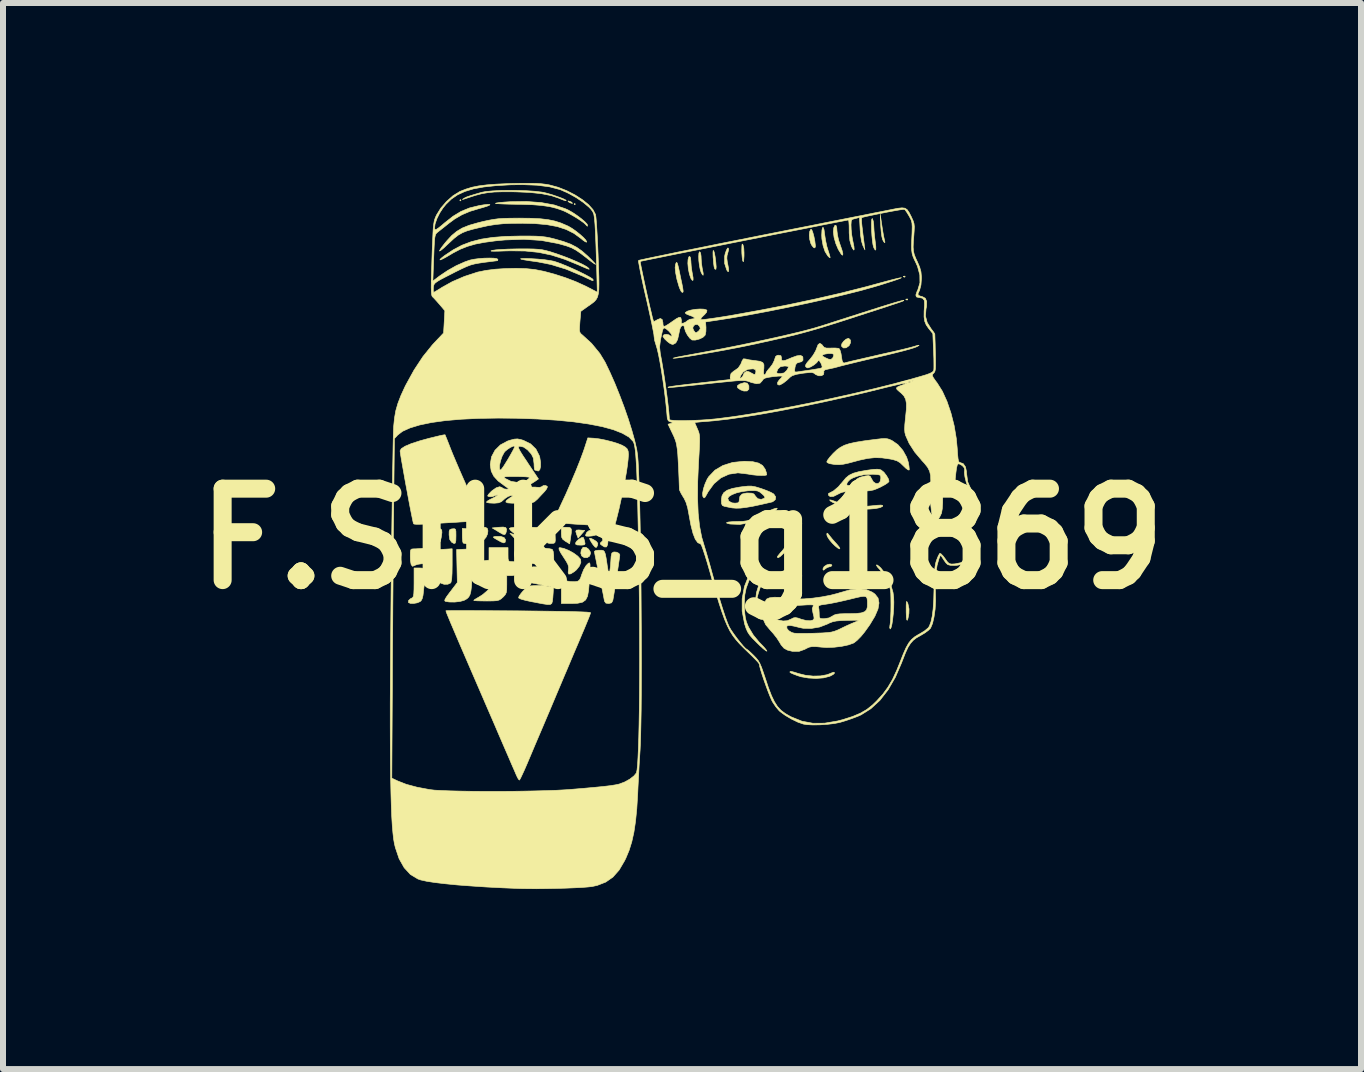
<source format=kicad_pcb>
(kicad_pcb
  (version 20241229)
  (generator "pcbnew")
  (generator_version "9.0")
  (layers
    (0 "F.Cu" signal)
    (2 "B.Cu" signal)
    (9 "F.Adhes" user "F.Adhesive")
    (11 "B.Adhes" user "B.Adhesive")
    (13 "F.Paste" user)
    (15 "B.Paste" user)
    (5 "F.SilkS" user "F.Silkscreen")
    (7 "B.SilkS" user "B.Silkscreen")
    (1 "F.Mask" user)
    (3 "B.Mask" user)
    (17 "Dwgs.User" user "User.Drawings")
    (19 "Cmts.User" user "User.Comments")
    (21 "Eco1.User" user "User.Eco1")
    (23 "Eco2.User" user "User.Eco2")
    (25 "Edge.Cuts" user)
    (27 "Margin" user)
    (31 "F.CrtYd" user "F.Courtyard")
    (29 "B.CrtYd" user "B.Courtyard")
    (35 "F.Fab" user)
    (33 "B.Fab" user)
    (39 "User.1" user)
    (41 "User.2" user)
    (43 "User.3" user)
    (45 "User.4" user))
  (footprint "F.SilkS_g1869"
    (layer "F.Cu")
    (at 8.317 5.929)
    (property "Reference" "F.SilkS_g1869" (at 0 0 0) (layer "F.SilkS") (effects (font (size 1.524 1.524) (thickness 0.3))))
    (attr through_hole)
    (fp_poly (pts (xy -3.683 -5.641) (xy -3.694 -5.63) (xy -3.704 -5.641) (xy -3.694 -5.652) (xy -3.683 -5.641)) (stroke (width 0.01) (type solid)) (fill yes) (layer "F.SilkS"))
    (fp_poly (pts (xy -1.778 -5.577) (xy -1.789 -5.567) (xy -1.799 -5.577) (xy -1.789 -5.588) (xy -1.778 -5.577)) (stroke (width 0.01) (type solid)) (fill yes) (layer "F.SilkS"))
    (fp_poly (pts (xy 3.718 -4.374) (xy 3.715 -4.362) (xy 3.704 -4.36) (xy 3.687 -4.368) (xy 3.69 -4.374) (xy 3.715 -4.377) (xy 3.718 -4.374)) (stroke (width 0.01) (type solid)) (fill yes) (layer "F.SilkS"))
    (fp_poly (pts (xy 3.761 -3.993) (xy 3.758 -3.981) (xy 3.747 -3.979) (xy 3.729 -3.987) (xy 3.732 -3.993) (xy 3.758 -3.996) (xy 3.761 -3.993)) (stroke (width 0.01) (type solid)) (fill yes) (layer "F.SilkS"))
    (fp_poly (pts (xy -1.692 -0.144) (xy -1.622 -0.138) (xy -1.732 -0.011) (xy -1.756 -0.072) (xy -1.771 -0.121) (xy -1.762 -0.143) (xy -1.721 -0.147) (xy -1.692 -0.144)) (stroke (width 0.01) (type solid)) (fill yes) (layer "F.SilkS"))
    (fp_poly (pts (xy -1.86 -5.619) (xy -1.841 -5.609) (xy -1.825 -5.592) (xy -1.831 -5.589) (xy -1.866 -5.599) (xy -1.884 -5.609) (xy -1.901 -5.626) (xy -1.894 -5.63) (xy -1.86 -5.619)) (stroke (width 0.01) (type solid)) (fill yes) (layer "F.SilkS"))
    (fp_poly (pts (xy -3.482 -0.159) (xy -3.469 0.085) (xy -3.551 0.085) (xy -3.608 0.081) (xy -3.644 0.073) (xy -3.648 0.071) (xy -3.656 0.043) (xy -3.661 -0.013) (xy -3.662 -0.058) (xy -3.662 -0.172) (xy -3.482 -0.159)) (stroke (width 0.01) (type solid)) (fill yes) (layer "F.SilkS"))
    (fp_poly (pts (xy -2.938 -0.186) (xy -2.924 -0.158) (xy -2.929 -0.118) (xy -2.94 -0.083) (xy -2.957 -0.069) (xy -2.988 -0.076) (xy -3.042 -0.106) (xy -3.069 -0.123) (xy -3.164 -0.18) (xy -3.059 -0.191) (xy -2.981 -0.195) (xy -2.938 -0.186)) (stroke (width 0.01) (type solid)) (fill yes) (layer "F.SilkS"))
    (fp_poly (pts (xy -1.483 0.01) (xy -1.427 0.045) (xy -1.404 0.077) (xy -1.41 0.115) (xy -1.426 0.143) (xy -1.448 0.14) (xy -1.48 0.103) (xy -1.498 0.078) (xy -1.533 0.021) (xy -1.541 -0.007) (xy -1.521 -0.007) (xy -1.483 0.01)) (stroke (width 0.01) (type solid)) (fill yes) (layer "F.SilkS"))
    (fp_poly (pts (xy -2.966 -0.02) (xy -2.943 0.014) (xy -2.942 0.02) (xy -2.948 0.058) (xy -2.971 0.069) (xy -3.017 0.053) (xy -3.069 0.024) (xy -3.124 -0.008) (xy -3.145 -0.026) (xy -3.136 -0.034) (xy -3.104 -0.039) (xy -3.023 -0.039) (xy -2.966 -0.02)) (stroke (width 0.01) (type solid)) (fill yes) (layer "F.SilkS"))
    (fp_poly (pts (xy -1.599 0.144) (xy -1.556 0.175) (xy -1.528 0.22) (xy -1.524 0.242) (xy -1.541 0.289) (xy -1.581 0.315) (xy -1.631 0.314) (xy -1.672 0.286) (xy -1.687 0.241) (xy -1.68 0.189) (xy -1.655 0.149) (xy -1.643 0.142) (xy -1.599 0.144)) (stroke (width 0.01) (type solid)) (fill yes) (layer "F.SilkS"))
    (fp_poly (pts (xy 1.087 -2.593) (xy 1.113 -2.551) (xy 1.114 -2.548) (xy 1.114 -2.493) (xy 1.084 -2.463) (xy 1.03 -2.462) (xy 0.975 -2.482) (xy 0.927 -2.516) (xy 0.921 -2.547) (xy 0.957 -2.576) (xy 0.964 -2.579) (xy 1.038 -2.602) (xy 1.087 -2.593)) (stroke (width 0.01) (type solid)) (fill yes) (layer "F.SilkS"))
    (fp_poly (pts (xy 1.807 0.517) (xy 1.855 0.536) (xy 1.899 0.56) (xy 1.925 0.579) (xy 1.926 0.583) (xy 1.91 0.594) (xy 1.872 0.589) (xy 1.826 0.57) (xy 1.796 0.551) (xy 1.769 0.522) (xy 1.772 0.509) (xy 1.774 0.509) (xy 1.807 0.517)) (stroke (width 0.01) (type solid)) (fill yes) (layer "F.SilkS"))
    (fp_poly (pts (xy 2.494 0.434) (xy 2.498 0.445) (xy 2.48 0.463) (xy 2.462 0.466) (xy 2.42 0.479) (xy 2.388 0.501) (xy 2.36 0.524) (xy 2.35 0.517) (xy 2.349 0.501) (xy 2.368 0.464) (xy 2.413 0.435) (xy 2.465 0.423) (xy 2.494 0.434)) (stroke (width 0.01) (type solid)) (fill yes) (layer "F.SilkS"))
    (fp_poly (pts (xy 2.78 -3.338) (xy 2.807 -3.311) (xy 2.808 -3.265) (xy 2.784 -3.218) (xy 2.782 -3.216) (xy 2.734 -3.182) (xy 2.689 -3.18) (xy 2.658 -3.21) (xy 2.657 -3.212) (xy 2.663 -3.249) (xy 2.693 -3.291) (xy 2.734 -3.326) (xy 2.773 -3.34) (xy 2.78 -3.338)) (stroke (width 0.01) (type solid)) (fill yes) (layer "F.SilkS"))
    (fp_poly (pts (xy 3.751 1.053) (xy 3.765 1.083) (xy 3.783 1.17) (xy 3.781 1.245) (xy 3.767 1.322) (xy 3.756 1.358) (xy 3.746 1.353) (xy 3.739 1.308) (xy 3.736 1.224) (xy 3.736 1.204) (xy 3.736 1.115) (xy 3.738 1.064) (xy 3.743 1.045) (xy 3.751 1.053)) (stroke (width 0.01) (type solid)) (fill yes) (layer "F.SilkS"))
    (fp_poly (pts (xy 4.558 -0.318) (xy 4.55 -0.279) (xy 4.54 -0.261) (xy 4.517 -0.203) (xy 4.512 -0.154) (xy 4.507 -0.106) (xy 4.484 -0.091) (xy 4.454 -0.113) (xy 4.443 -0.134) (xy 4.428 -0.207) (xy 4.448 -0.274) (xy 4.487 -0.313) (xy 4.535 -0.331) (xy 4.558 -0.318)) (stroke (width 0.01) (type solid)) (fill yes) (layer "F.SilkS"))
    (fp_poly (pts (xy -1.88 -0.189) (xy -1.854 -0.177) (xy -1.843 -0.149) (xy -1.846 -0.094) (xy -1.859 -0.007) (xy -1.859 -0.005) (xy -1.873 0.085) (xy -1.942 0.043) (xy -1.986 0.011) (xy -2.006 -0.025) (xy -2.011 -0.083) (xy -2.011 -0.095) (xy -2.011 -0.191) (xy -1.926 -0.191) (xy -1.88 -0.189)) (stroke (width 0.01) (type solid)) (fill yes) (layer "F.SilkS"))
    (fp_poly (pts (xy -1.645 -0.021) (xy -1.634 0.005) (xy -1.622 0.048) (xy -1.616 0.085) (xy -1.628 0.101) (xy -1.668 0.106) (xy -1.694 0.106) (xy -1.75 0.103) (xy -1.773 0.09) (xy -1.774 0.07) (xy -1.755 0.04) (xy -1.719 0.008) (xy -1.678 -0.017) (xy -1.649 -0.023) (xy -1.645 -0.021)) (stroke (width 0.01) (type solid)) (fill yes) (layer "F.SilkS"))
    (fp_poly (pts (xy -1.429 -0.142) (xy -1.397 -0.128) (xy -1.379 -0.109) (xy -1.393 -0.087) (xy -1.408 -0.076) (xy -1.445 -0.059) (xy -1.499 -0.047) (xy -1.554 -0.042) (xy -1.595 -0.044) (xy -1.609 -0.054) (xy -1.6 -0.081) (xy -1.587 -0.107) (xy -1.55 -0.136) (xy -1.492 -0.148) (xy -1.429 -0.142)) (stroke (width 0.01) (type solid)) (fill yes) (layer "F.SilkS"))
    (fp_poly (pts (xy 1.011 -4.907) (xy 1.018 -4.891) (xy 1.029 -4.841) (xy 1.033 -4.768) (xy 1.033 -4.711) (xy 1.028 -4.644) (xy 1.022 -4.617) (xy 1.014 -4.627) (xy 1.011 -4.636) (xy 1.003 -4.686) (xy 0.997 -4.759) (xy 0.996 -4.815) (xy 0.998 -4.882) (xy 1.002 -4.911) (xy 1.011 -4.907)) (stroke (width 0.01) (type solid)) (fill yes) (layer "F.SilkS"))
    (fp_poly (pts (xy 3.331 -5.218) (xy 3.345 -5.127) (xy 3.359 -5.047) (xy 3.371 -4.992) (xy 3.374 -4.979) (xy 3.382 -4.94) (xy 3.374 -4.935) (xy 3.355 -4.961) (xy 3.342 -4.99) (xy 3.33 -5.038) (xy 3.32 -5.114) (xy 3.312 -5.204) (xy 3.311 -5.228) (xy 3.303 -5.408) (xy 3.331 -5.218)) (stroke (width 0.01) (type solid)) (fill yes) (layer "F.SilkS"))
    (fp_poly (pts (xy -3.247 -0.174) (xy -3.235 -0.133) (xy -3.242 -0.079) (xy -3.267 -0.024) (xy -3.297 0.011) (xy -3.339 0.045) (xy -3.368 0.062) (xy -3.371 0.063) (xy -3.38 0.044) (xy -3.385 -0.005) (xy -3.387 -0.051) (xy -3.382 -0.126) (xy -3.363 -0.169) (xy -3.324 -0.187) (xy -3.279 -0.191) (xy -3.247 -0.174)) (stroke (width 0.01) (type solid)) (fill yes) (layer "F.SilkS"))
    (fp_poly (pts (xy 0.527 -4.802) (xy 0.538 -4.768) (xy 0.551 -4.703) (xy 0.563 -4.61) (xy 0.563 -4.609) (xy 0.569 -4.53) (xy 0.565 -4.491) (xy 0.55 -4.493) (xy 0.541 -4.507) (xy 0.534 -4.536) (xy 0.526 -4.595) (xy 0.52 -4.674) (xy 0.518 -4.692) (xy 0.516 -4.767) (xy 0.519 -4.802) (xy 0.527 -4.802)) (stroke (width 0.01) (type solid)) (fill yes) (layer "F.SilkS"))
    (fp_poly (pts (xy 2.165 -5.143) (xy 2.182 -5.098) (xy 2.199 -5.034) (xy 2.213 -4.964) (xy 2.221 -4.898) (xy 2.223 -4.872) (xy 2.214 -4.847) (xy 2.192 -4.854) (xy 2.164 -4.888) (xy 2.146 -4.923) (xy 2.128 -4.989) (xy 2.121 -5.058) (xy 2.127 -5.118) (xy 2.144 -5.154) (xy 2.151 -5.159) (xy 2.165 -5.143)) (stroke (width 0.01) (type solid)) (fill yes) (layer "F.SilkS"))
    (fp_poly (pts (xy -4.025 -0.164) (xy -4.005 -0.145) (xy -4.002 -0.102) (xy -4.012 -0.028) (xy -4.018 0) (xy -4.032 0.05) (xy -4.055 0.068) (xy -4.08 0.067) (xy -4.108 0.059) (xy -4.122 0.037) (xy -4.127 -0.011) (xy -4.128 -0.054) (xy -4.126 -0.12) (xy -4.119 -0.155) (xy -4.1 -0.167) (xy -4.064 -0.169) (xy -4.025 -0.164)) (stroke (width 0.01) (type solid)) (fill yes) (layer "F.SilkS"))
    (fp_poly (pts (xy 0.142 -4.68) (xy 0.148 -4.622) (xy 0.148 -4.614) (xy 0.153 -4.542) (xy 0.165 -4.457) (xy 0.171 -4.423) (xy 0.184 -4.35) (xy 0.184 -4.31) (xy 0.172 -4.305) (xy 0.149 -4.337) (xy 0.124 -4.407) (xy 0.105 -4.498) (xy 0.097 -4.59) (xy 0.1 -4.65) (xy 0.113 -4.697) (xy 0.129 -4.706) (xy 0.142 -4.68)) (stroke (width 0.01) (type solid)) (fill yes) (layer "F.SilkS"))
    (fp_poly (pts (xy 1.364 0.671) (xy 1.342 0.725) (xy 1.334 0.739) (xy 1.304 0.811) (xy 1.274 0.899) (xy 1.261 0.947) (xy 1.245 1.011) (xy 1.235 1.037) (xy 1.231 1.028) (xy 1.229 0.992) (xy 1.241 0.896) (xy 1.274 0.789) (xy 1.322 0.693) (xy 1.324 0.689) (xy 1.355 0.649) (xy 1.368 0.644) (xy 1.364 0.671)) (stroke (width 0.01) (type solid)) (fill yes) (layer "F.SilkS"))
    (fp_poly (pts (xy 2.428 -0.089) (xy 2.457 -0.053) (xy 2.459 -0.05) (xy 2.502 0.003) (xy 2.557 0.065) (xy 2.58 0.09) (xy 2.617 0.135) (xy 2.631 0.163) (xy 2.625 0.169) (xy 2.596 0.155) (xy 2.55 0.118) (xy 2.505 0.074) (xy 2.456 0.016) (xy 2.423 -0.036) (xy 2.413 -0.067) (xy 2.416 -0.093) (xy 2.428 -0.089)) (stroke (width 0.01) (type solid)) (fill yes) (layer "F.SilkS"))
    (fp_poly (pts (xy -3.776 -0.157) (xy -3.769 -0.126) (xy -3.768 -0.064) (xy -3.768 -0.044) (xy -3.77 0.033) (xy -3.779 0.072) (xy -3.799 0.08) (xy -3.834 0.061) (xy -3.841 0.056) (xy -3.871 0.013) (xy -3.882 -0.063) (xy -3.882 -0.066) (xy -3.881 -0.124) (xy -3.87 -0.152) (xy -3.842 -0.163) (xy -3.826 -0.165) (xy -3.794 -0.167) (xy -3.776 -0.157)) (stroke (width 0.01) (type solid)) (fill yes) (layer "F.SilkS"))
    (fp_poly (pts (xy 0.309 -4.764) (xy 0.317 -4.711) (xy 0.318 -4.683) (xy 0.323 -4.597) (xy 0.336 -4.509) (xy 0.34 -4.49) (xy 0.353 -4.423) (xy 0.352 -4.392) (xy 0.34 -4.4) (xy 0.318 -4.44) (xy 0.302 -4.491) (xy 0.289 -4.56) (xy 0.28 -4.635) (xy 0.278 -4.705) (xy 0.281 -4.758) (xy 0.291 -4.783) (xy 0.293 -4.784) (xy 0.309 -4.764)) (stroke (width 0.01) (type solid)) (fill yes) (layer "F.SilkS"))
    (fp_poly (pts (xy 2.367 -5.148) (xy 2.377 -5.071) (xy 2.392 -4.973) (xy 2.415 -4.867) (xy 2.432 -4.813) (xy 2.453 -4.747) (xy 2.466 -4.7) (xy 2.468 -4.683) (xy 2.451 -4.692) (xy 2.428 -4.716) (xy 2.384 -4.786) (xy 2.351 -4.885) (xy 2.331 -4.997) (xy 2.328 -5.06) (xy 2.332 -5.143) (xy 2.341 -5.185) (xy 2.354 -5.187) (xy 2.367 -5.148)) (stroke (width 0.01) (type solid)) (fill yes) (layer "F.SilkS"))
    (fp_poly (pts (xy 2.578 -5.188) (xy 2.582 -5.133) (xy 2.59 -5.064) (xy 2.61 -4.975) (xy 2.636 -4.897) (xy 2.666 -4.81) (xy 2.68 -4.753) (xy 2.678 -4.726) (xy 2.661 -4.735) (xy 2.653 -4.744) (xy 2.604 -4.823) (xy 2.563 -4.92) (xy 2.534 -5.022) (xy 2.522 -5.115) (xy 2.529 -5.184) (xy 2.548 -5.223) (xy 2.566 -5.223) (xy 2.578 -5.188)) (stroke (width 0.01) (type solid)) (fill yes) (layer "F.SilkS"))
    (fp_poly (pts (xy -3.831 0.439) (xy -3.833 0.575) (xy -3.839 0.67) (xy -3.85 0.724) (xy -3.857 0.737) (xy -3.903 0.758) (xy -3.966 0.759) (xy -4.023 0.739) (xy -4.029 0.735) (xy -4.044 0.719) (xy -4.054 0.692) (xy -4.06 0.647) (xy -4.061 0.577) (xy -4.06 0.473) (xy -4.059 0.444) (xy -4.053 0.18) (xy -3.942 0.174) (xy -3.831 0.167) (xy -3.831 0.439)) (stroke (width 0.01) (type solid)) (fill yes) (layer "F.SilkS"))
    (fp_poly (pts (xy -2.137 -0.17) (xy -2.122 -0.128) (xy -2.114 -0.052) (xy -2.114 -0.042) (xy -2.112 0.024) (xy -2.117 0.06) (xy -2.134 0.074) (xy -2.16 0.078) (xy -2.211 0.077) (xy -2.238 0.071) (xy -2.255 0.043) (xy -2.264 -0.02) (xy -2.265 -0.052) (xy -2.263 -0.118) (xy -2.254 -0.154) (xy -2.232 -0.172) (xy -2.209 -0.179) (xy -2.164 -0.185) (xy -2.137 -0.17)) (stroke (width 0.01) (type solid)) (fill yes) (layer "F.SilkS"))
    (fp_poly (pts (xy -1.252 -0.083) (xy -1.234 -0.07) (xy -1.229 -0.036) (xy -1.232 0.025) (xy -1.241 0.099) (xy -1.258 0.136) (xy -1.29 0.137) (xy -1.33 0.114) (xy -1.362 0.088) (xy -1.361 0.07) (xy -1.343 0.054) (xy -1.319 0.026) (xy -1.328 -0.011) (xy -1.331 -0.016) (xy -1.351 -0.061) (xy -1.343 -0.08) (xy -1.299 -0.085) (xy -1.29 -0.085) (xy -1.252 -0.083)) (stroke (width 0.01) (type solid)) (fill yes) (layer "F.SilkS"))
    (fp_poly (pts (xy 0.777 -4.83) (xy 0.774 -4.805) (xy 0.758 -4.747) (xy 0.75 -4.719) (xy 0.747 -4.673) (xy 0.755 -4.607) (xy 0.763 -4.57) (xy 0.776 -4.5) (xy 0.777 -4.459) (xy 0.767 -4.45) (xy 0.746 -4.478) (xy 0.745 -4.48) (xy 0.71 -4.589) (xy 0.71 -4.708) (xy 0.72 -4.754) (xy 0.74 -4.81) (xy 0.759 -4.843) (xy 0.766 -4.847) (xy 0.777 -4.83)) (stroke (width 0.01) (type solid)) (fill yes) (layer "F.SilkS"))
    (fp_poly (pts (xy -2.424 -0.188) (xy -2.399 -0.176) (xy -2.392 -0.144) (xy -2.392 -0.127) (xy -2.4 -0.078) (xy -2.427 -0.062) (xy -2.429 -0.062) (xy -2.449 -0.056) (xy -2.439 -0.049) (xy -2.415 -0.023) (xy -2.422 0.013) (xy -2.454 0.042) (xy -2.496 0.061) (xy -2.518 0.057) (xy -2.529 0.043) (xy -2.539 0.011) (xy -2.549 -0.047) (xy -2.554 -0.084) (xy -2.567 -0.191) (xy -2.479 -0.191) (xy -2.424 -0.188)) (stroke (width 0.01) (type solid)) (fill yes) (layer "F.SilkS"))
    (fp_poly (pts (xy 3.173 -5.334) (xy 3.187 -5.294) (xy 3.195 -5.232) (xy 3.196 -5.207) (xy 3.2 -5.135) (xy 3.208 -5.042) (xy 3.218 -4.966) (xy 3.229 -4.875) (xy 3.23 -4.823) (xy 3.221 -4.81) (xy 3.203 -4.838) (xy 3.193 -4.86) (xy 3.182 -4.903) (xy 3.173 -4.968) (xy 3.165 -5.047) (xy 3.16 -5.131) (xy 3.158 -5.211) (xy 3.158 -5.278) (xy 3.162 -5.323) (xy 3.17 -5.337) (xy 3.173 -5.334)) (stroke (width 0.01) (type solid)) (fill yes) (layer "F.SilkS"))
    (fp_poly (pts (xy -0.079 -4.592) (xy -0.067 -4.551) (xy -0.05 -4.48) (xy -0.028 -4.373) (xy -0.023 -4.349) (xy -0.001 -4.246) (xy 0.012 -4.177) (xy 0.018 -4.136) (xy 0.018 -4.115) (xy 0.012 -4.107) (xy 0.002 -4.106) (xy -0.016 -4.125) (xy -0.038 -4.171) (xy -0.051 -4.207) (xy -0.085 -4.324) (xy -0.106 -4.431) (xy -0.115 -4.518) (xy -0.108 -4.576) (xy -0.107 -4.577) (xy -0.097 -4.6) (xy -0.088 -4.606) (xy -0.079 -4.592)) (stroke (width 0.01) (type solid)) (fill yes) (layer "F.SilkS"))
    (fp_poly (pts (xy -3.497 0.535) (xy -3.503 0.682) (xy -3.509 0.793) (xy -3.519 0.874) (xy -3.534 0.932) (xy -3.555 0.971) (xy -3.585 1) (xy -3.624 1.022) (xy -3.633 1.027) (xy -3.7 1.045) (xy -3.788 1.055) (xy -3.879 1.054) (xy -3.942 1.044) (xy -3.955 1.034) (xy -3.95 1.01) (xy -3.925 0.968) (xy -3.875 0.9) (xy -3.861 0.882) (xy -3.745 0.73) (xy -3.757 0.18) (xy -3.622 0.174) (xy -3.486 0.167) (xy -3.497 0.535)) (stroke (width 0.01) (type solid)) (fill yes) (layer "F.SilkS"))
    (fp_poly (pts (xy -1.971 0.161) (xy -1.889 0.194) (xy -1.806 0.24) (xy -1.737 0.291) (xy -1.693 0.34) (xy -1.691 0.342) (xy -1.686 0.394) (xy -1.711 0.456) (xy -1.76 0.518) (xy -1.797 0.549) (xy -1.855 0.585) (xy -1.888 0.589) (xy -1.898 0.561) (xy -1.893 0.52) (xy -1.89 0.476) (xy -1.9 0.433) (xy -1.928 0.379) (xy -1.966 0.32) (xy -2.02 0.237) (xy -2.048 0.182) (xy -2.051 0.154) (xy -2.037 0.148) (xy -1.971 0.161)) (stroke (width 0.01) (type solid)) (fill yes) (layer "F.SilkS"))
    (fp_poly (pts (xy 1.897 -0.418) (xy 1.903 -0.365) (xy 1.904 -0.303) (xy 1.889 -0.163) (xy 1.849 -0.019) (xy 1.789 0.113) (xy 1.715 0.221) (xy 1.7 0.236) (xy 1.64 0.294) (xy 1.602 0.317) (xy 1.588 0.306) (xy 1.587 0.304) (xy 1.601 0.282) (xy 1.635 0.24) (xy 1.674 0.197) (xy 1.764 0.078) (xy 1.823 -0.05) (xy 1.853 -0.199) (xy 1.858 -0.26) (xy 1.867 -0.351) (xy 1.877 -0.41) (xy 1.888 -0.432) (xy 1.897 -0.418)) (stroke (width 0.01) (type solid)) (fill yes) (layer "F.SilkS"))
    (fp_poly (pts (xy 1.587 -0.508) (xy 1.576 -0.491) (xy 1.531 -0.456) (xy 1.483 -0.424) (xy 1.31 -0.331) (xy 1.135 -0.268) (xy 0.965 -0.239) (xy 0.807 -0.245) (xy 0.788 -0.248) (xy 0.746 -0.26) (xy 0.743 -0.27) (xy 0.776 -0.279) (xy 0.842 -0.285) (xy 0.915 -0.287) (xy 1.01 -0.289) (xy 1.08 -0.299) (xy 1.143 -0.318) (xy 1.215 -0.352) (xy 1.222 -0.356) (xy 1.342 -0.416) (xy 1.441 -0.462) (xy 1.517 -0.493) (xy 1.566 -0.509) (xy 1.587 -0.508)) (stroke (width 0.01) (type solid)) (fill yes) (layer "F.SilkS"))
    (fp_poly (pts (xy -2.688 -0.187) (xy -2.653 -0.174) (xy -2.656 -0.15) (xy -2.696 -0.112) (xy -2.699 -0.11) (xy -2.752 -0.068) (xy -2.696 -0.054) (xy -2.658 -0.042) (xy -2.657 -0.024) (xy -2.678 0.001) (xy -2.71 0.032) (xy -2.736 0.037) (xy -2.767 0.016) (xy -2.806 -0.024) (xy -2.868 -0.09) (xy -2.815 -0.076) (xy -2.762 -0.061) (xy -2.82 -0.107) (xy -2.86 -0.142) (xy -2.878 -0.169) (xy -2.879 -0.171) (xy -2.86 -0.182) (xy -2.81 -0.189) (xy -2.762 -0.191) (xy -2.688 -0.187)) (stroke (width 0.01) (type solid)) (fill yes) (layer "F.SilkS"))
    (fp_poly (pts (xy -1.534 0.422) (xy -1.532 0.479) (xy -1.535 0.568) (xy -1.542 0.682) (xy -1.554 0.818) (xy -1.558 0.865) (xy -1.575 0.957) (xy -1.606 1.019) (xy -1.658 1.057) (xy -1.739 1.075) (xy -1.841 1.079) (xy -2.011 1.079) (xy -2.011 0.681) (xy -1.936 0.701) (xy -1.86 0.714) (xy -1.784 0.716) (xy -1.74 0.709) (xy -1.712 0.691) (xy -1.69 0.652) (xy -1.672 0.597) (xy -1.638 0.512) (xy -1.598 0.446) (xy -1.56 0.408) (xy -1.541 0.402) (xy -1.534 0.422)) (stroke (width 0.01) (type solid)) (fill yes) (layer "F.SilkS"))
    (fp_poly (pts (xy -2.365 0.152) (xy -2.281 0.158) (xy -2.211 0.166) (xy -2.169 0.175) (xy -2.164 0.177) (xy -2.148 0.208) (xy -2.139 0.273) (xy -2.138 0.329) (xy -2.139 0.403) (xy -2.144 0.443) (xy -2.157 0.461) (xy -2.183 0.464) (xy -2.196 0.464) (xy -2.241 0.458) (xy -2.315 0.446) (xy -2.408 0.429) (xy -2.475 0.416) (xy -2.566 0.395) (xy -2.641 0.374) (xy -2.689 0.356) (xy -2.704 0.346) (xy -2.694 0.319) (xy -2.662 0.273) (xy -2.626 0.232) (xy -2.541 0.143) (xy -2.365 0.152)) (stroke (width 0.01) (type solid)) (fill yes) (layer "F.SilkS"))
    (fp_poly (pts (xy 1.827 2.213) (xy 1.878 2.226) (xy 1.939 2.246) (xy 2.056 2.275) (xy 2.185 2.289) (xy 2.31 2.286) (xy 2.417 2.266) (xy 2.444 2.256) (xy 2.501 2.233) (xy 2.53 2.224) (xy 2.539 2.23) (xy 2.54 2.241) (xy 2.522 2.26) (xy 2.477 2.285) (xy 2.455 2.294) (xy 2.357 2.319) (xy 2.235 2.328) (xy 2.105 2.321) (xy 1.984 2.3) (xy 1.926 2.282) (xy 1.853 2.254) (xy 1.813 2.236) (xy 1.798 2.224) (xy 1.801 2.214) (xy 1.803 2.212) (xy 1.827 2.213)) (stroke (width 0.01) (type solid)) (fill yes) (layer "F.SilkS"))
    (fp_poly (pts (xy 2.484 -0.645) (xy 2.533 -0.629) (xy 2.572 -0.614) (xy 2.72 -0.568) (xy 2.892 -0.543) (xy 3.077 -0.541) (xy 3.155 -0.548) (xy 3.253 -0.558) (xy 3.314 -0.561) (xy 3.343 -0.556) (xy 3.344 -0.544) (xy 3.338 -0.537) (xy 3.297 -0.518) (xy 3.223 -0.503) (xy 3.126 -0.495) (xy 3.016 -0.492) (xy 2.903 -0.496) (xy 2.796 -0.508) (xy 2.778 -0.51) (xy 2.716 -0.525) (xy 2.645 -0.549) (xy 2.574 -0.577) (xy 2.513 -0.605) (xy 2.472 -0.63) (xy 2.46 -0.647) (xy 2.461 -0.648) (xy 2.484 -0.645)) (stroke (width 0.01) (type solid)) (fill yes) (layer "F.SilkS"))
    (fp_poly (pts (xy -2.586 -4.67) (xy -2.519 -4.668) (xy -2.404 -4.661) (xy -2.289 -4.65) (xy -2.189 -4.635) (xy -2.138 -4.625) (xy -2.073 -4.604) (xy -1.989 -4.572) (xy -1.892 -4.532) (xy -1.791 -4.487) (xy -1.693 -4.441) (xy -1.605 -4.397) (xy -1.536 -4.359) (xy -1.493 -4.331) (xy -1.482 -4.318) (xy -1.481 -4.307) (xy -1.484 -4.301) (xy -1.498 -4.304) (xy -1.529 -4.317) (xy -1.584 -4.343) (xy -1.671 -4.384) (xy -1.672 -4.384) (xy -1.932 -4.493) (xy -2.186 -4.571) (xy -2.402 -4.614) (xy -2.537 -4.633) (xy -2.63 -4.648) (xy -2.681 -4.659) (xy -2.691 -4.666) (xy -2.659 -4.67) (xy -2.586 -4.67)) (stroke (width 0.01) (type solid)) (fill yes) (layer "F.SilkS"))
    (fp_poly (pts (xy 1.18 -1.284) (xy 1.276 -1.261) (xy 1.342 -1.221) (xy 1.385 -1.16) (xy 1.388 -1.152) (xy 1.406 -1.1) (xy 1.411 -1.067) (xy 1.409 -1.063) (xy 1.38 -1.056) (xy 1.322 -1.055) (xy 1.247 -1.058) (xy 1.169 -1.066) (xy 1.099 -1.078) (xy 1.093 -1.079) (xy 0.931 -1.098) (xy 0.783 -1.076) (xy 0.648 -1.015) (xy 0.532 -0.917) (xy 0.434 -0.782) (xy 0.415 -0.746) (xy 0.386 -0.695) (xy 0.366 -0.68) (xy 0.351 -0.699) (xy 0.346 -0.709) (xy 0.343 -0.759) (xy 0.357 -0.833) (xy 0.384 -0.915) (xy 0.419 -0.993) (xy 0.445 -1.034) (xy 0.549 -1.143) (xy 0.683 -1.222) (xy 0.844 -1.272) (xy 1.031 -1.291) (xy 1.05 -1.291) (xy 1.18 -1.284)) (stroke (width 0.01) (type solid)) (fill yes) (layer "F.SilkS"))
    (fp_poly (pts (xy -2.348 -5.603) (xy -2.13 -5.563) (xy -1.944 -5.5) (xy -1.894 -5.477) (xy -1.827 -5.439) (xy -1.753 -5.39) (xy -1.681 -5.336) (xy -1.622 -5.286) (xy -1.586 -5.248) (xy -1.579 -5.238) (xy -1.575 -5.209) (xy -1.59 -5.217) (xy -1.598 -5.228) (xy -1.629 -5.259) (xy -1.688 -5.302) (xy -1.763 -5.351) (xy -1.847 -5.4) (xy -1.927 -5.443) (xy -1.988 -5.471) (xy -2.096 -5.508) (xy -2.211 -5.536) (xy -2.34 -5.555) (xy -2.492 -5.567) (xy -2.676 -5.573) (xy -2.751 -5.574) (xy -2.869 -5.576) (xy -2.971 -5.579) (xy -3.05 -5.583) (xy -3.099 -5.587) (xy -3.111 -5.59) (xy -3.092 -5.596) (xy -3.038 -5.604) (xy -2.958 -5.611) (xy -2.863 -5.617) (xy -2.593 -5.621) (xy -2.348 -5.603)) (stroke (width 0.01) (type solid)) (fill yes) (layer "F.SilkS"))
    (fp_poly (pts (xy 3.252 0.437) (xy 3.286 0.462) (xy 3.313 0.487) (xy 3.403 0.601) (xy 3.473 0.742) (xy 3.517 0.898) (xy 3.527 0.976) (xy 3.53 1.056) (xy 3.528 1.15) (xy 3.521 1.248) (xy 3.511 1.341) (xy 3.499 1.421) (xy 3.485 1.478) (xy 3.472 1.502) (xy 3.47 1.503) (xy 3.461 1.485) (xy 3.465 1.441) (xy 3.467 1.434) (xy 3.473 1.386) (xy 3.477 1.307) (xy 3.481 1.208) (xy 3.482 1.1) (xy 3.481 0.988) (xy 3.479 0.908) (xy 3.472 0.849) (xy 3.46 0.801) (xy 3.439 0.751) (xy 3.411 0.693) (xy 3.368 0.617) (xy 3.325 0.55) (xy 3.29 0.506) (xy 3.289 0.506) (xy 3.254 0.467) (xy 3.239 0.438) (xy 3.239 0.437) (xy 3.252 0.437)) (stroke (width 0.01) (type solid)) (fill yes) (layer "F.SilkS"))
    (fp_poly (pts (xy 1.236 0.452) (xy 1.214 0.503) (xy 1.178 0.574) (xy 1.112 0.707) (xy 1.069 0.823) (xy 1.046 0.937) (xy 1.039 1.064) (xy 1.04 1.138) (xy 1.046 1.243) (xy 1.056 1.321) (xy 1.073 1.386) (xy 1.101 1.455) (xy 1.114 1.482) (xy 1.188 1.605) (xy 1.286 1.724) (xy 1.303 1.741) (xy 1.358 1.798) (xy 1.397 1.844) (xy 1.414 1.871) (xy 1.414 1.874) (xy 1.395 1.865) (xy 1.353 1.832) (xy 1.295 1.779) (xy 1.246 1.731) (xy 1.173 1.658) (xy 1.124 1.601) (xy 1.091 1.549) (xy 1.066 1.49) (xy 1.042 1.416) (xy 1.002 1.208) (xy 1.002 1) (xy 1.04 0.796) (xy 1.116 0.604) (xy 1.19 0.48) (xy 1.224 0.437) (xy 1.239 0.429) (xy 1.236 0.452)) (stroke (width 0.01) (type solid)) (fill yes) (layer "F.SilkS"))
    (fp_poly (pts (xy -2.473 -4.829) (xy -2.394 -4.824) (xy -2.328 -4.816) (xy -2.265 -4.802) (xy -2.195 -4.783) (xy -2.177 -4.777) (xy -2.071 -4.742) (xy -1.957 -4.701) (xy -1.844 -4.656) (xy -1.739 -4.611) (xy -1.652 -4.57) (xy -1.591 -4.536) (xy -1.569 -4.52) (xy -1.55 -4.5) (xy -1.547 -4.492) (xy -1.566 -4.496) (xy -1.611 -4.514) (xy -1.688 -4.547) (xy -1.721 -4.562) (xy -1.957 -4.658) (xy -2.176 -4.728) (xy -2.391 -4.773) (xy -2.616 -4.796) (xy -2.864 -4.799) (xy -2.942 -4.797) (xy -3.059 -4.793) (xy -3.136 -4.792) (xy -3.177 -4.793) (xy -3.184 -4.798) (xy -3.16 -4.806) (xy -3.154 -4.807) (xy -3.1 -4.815) (xy -3.013 -4.821) (xy -2.904 -4.827) (xy -2.782 -4.83) (xy -2.709 -4.831) (xy -2.575 -4.831) (xy -2.473 -4.829)) (stroke (width 0.01) (type solid)) (fill yes) (layer "F.SilkS"))
    (fp_poly (pts (xy -2.733 -5.805) (xy -2.586 -5.8) (xy -2.453 -5.791) (xy -2.343 -5.778) (xy -2.307 -5.772) (xy -2.243 -5.756) (xy -2.17 -5.735) (xy -2.094 -5.709) (xy -2.024 -5.684) (xy -1.968 -5.661) (xy -1.935 -5.643) (xy -1.931 -5.634) (xy -1.937 -5.634) (xy -1.967 -5.641) (xy -2.021 -5.662) (xy -2.053 -5.676) (xy -2.18 -5.719) (xy -2.342 -5.751) (xy -2.54 -5.772) (xy -2.777 -5.782) (xy -2.836 -5.783) (xy -2.998 -5.783) (xy -3.129 -5.779) (xy -3.238 -5.768) (xy -3.337 -5.751) (xy -3.436 -5.725) (xy -3.503 -5.704) (xy -3.587 -5.676) (xy -3.636 -5.66) (xy -3.658 -5.654) (xy -3.659 -5.657) (xy -3.644 -5.666) (xy -3.634 -5.673) (xy -3.61 -5.687) (xy -3.579 -5.7) (xy -3.532 -5.716) (xy -3.461 -5.738) (xy -3.359 -5.768) (xy -3.344 -5.773) (xy -3.269 -5.787) (xy -3.161 -5.797) (xy -3.03 -5.804) (xy -2.884 -5.806) (xy -2.733 -5.805)) (stroke (width 0.01) (type solid)) (fill yes) (layer "F.SilkS"))
    (fp_poly (pts (xy -1.468 -1.675) (xy -1.384 -1.665) (xy -1.281 -1.645) (xy -1.172 -1.618) (xy -1.074 -1.588) (xy -1.001 -1.559) (xy -0.997 -1.557) (xy -0.947 -1.528) (xy -0.915 -1.499) (xy -0.898 -1.46) (xy -0.893 -1.403) (xy -0.899 -1.319) (xy -0.909 -1.231) (xy -0.925 -1.119) (xy -0.95 -0.977) (xy -0.981 -0.818) (xy -1.016 -0.653) (xy -1.051 -0.494) (xy -1.086 -0.353) (xy -1.099 -0.302) (xy -1.123 -0.212) (xy -1.266 -0.215) (xy -1.335 -0.218) (xy -1.436 -0.223) (xy -1.559 -0.23) (xy -1.691 -0.238) (xy -1.778 -0.243) (xy -1.898 -0.252) (xy -2.002 -0.259) (xy -2.084 -0.265) (xy -2.136 -0.27) (xy -2.152 -0.272) (xy -2.145 -0.291) (xy -2.123 -0.341) (xy -2.089 -0.416) (xy -2.046 -0.507) (xy -2.034 -0.534) (xy -1.938 -0.74) (xy -1.849 -0.943) (xy -1.768 -1.134) (xy -1.699 -1.307) (xy -1.645 -1.452) (xy -1.628 -1.502) (xy -1.57 -1.681) (xy -1.468 -1.675)) (stroke (width 0.01) (type solid)) (fill yes) (layer "F.SilkS"))
    (fp_poly (pts (xy 3.422 -1.666) (xy 3.456 -1.656) (xy 3.494 -1.639) (xy 3.503 -1.634) (xy 3.597 -1.569) (xy 3.68 -1.473) (xy 3.743 -1.36) (xy 3.77 -1.278) (xy 3.782 -1.212) (xy 3.787 -1.162) (xy 3.786 -1.146) (xy 3.769 -1.147) (xy 3.732 -1.174) (xy 3.691 -1.213) (xy 3.636 -1.266) (xy 3.584 -1.298) (xy 3.517 -1.319) (xy 3.467 -1.329) (xy 3.334 -1.348) (xy 3.215 -1.352) (xy 3.093 -1.339) (xy 2.954 -1.309) (xy 2.884 -1.29) (xy 2.772 -1.26) (xy 2.688 -1.242) (xy 2.619 -1.235) (xy 2.555 -1.237) (xy 2.535 -1.239) (xy 2.458 -1.252) (xy 2.419 -1.27) (xy 2.413 -1.283) (xy 2.427 -1.312) (xy 2.464 -1.361) (xy 2.516 -1.419) (xy 2.524 -1.427) (xy 2.582 -1.482) (xy 2.64 -1.524) (xy 2.706 -1.558) (xy 2.788 -1.585) (xy 2.892 -1.608) (xy 3.026 -1.63) (xy 3.138 -1.645) (xy 3.249 -1.659) (xy 3.328 -1.668) (xy 3.382 -1.67) (xy 3.422 -1.666)) (stroke (width 0.01) (type solid)) (fill yes) (layer "F.SilkS"))
    (fp_poly (pts (xy -2.9 0.265) (xy -2.899 0.331) (xy -2.892 0.366) (xy -2.873 0.379) (xy -2.838 0.381) (xy -2.838 0.381) (xy -2.791 0.384) (xy -2.768 0.401) (xy -2.761 0.44) (xy -2.767 0.512) (xy -2.767 0.513) (xy -2.776 0.574) (xy -2.789 0.603) (xy -2.818 0.613) (xy -2.85 0.614) (xy -2.921 0.614) (xy -2.921 0.764) (xy -2.922 0.845) (xy -2.929 0.896) (xy -2.946 0.932) (xy -2.976 0.966) (xy -2.987 0.976) (xy -3.019 1.004) (xy -3.05 1.022) (xy -3.09 1.032) (xy -3.149 1.036) (xy -3.238 1.037) (xy -3.262 1.037) (xy -3.35 1.036) (xy -3.42 1.034) (xy -3.463 1.03) (xy -3.471 1.027) (xy -3.454 1.012) (xy -3.412 0.987) (xy -3.392 0.976) (xy -3.326 0.934) (xy -3.259 0.878) (xy -3.242 0.862) (xy -3.198 0.809) (xy -3.179 0.762) (xy -3.179 0.707) (xy -3.186 0.624) (xy -3.307 0.618) (xy -3.429 0.612) (xy -3.429 0.385) (xy -3.323 0.37) (xy -3.217 0.356) (xy -3.217 0.148) (xy -2.9 0.148) (xy -2.9 0.265)) (stroke (width 0.01) (type solid)) (fill yes) (layer "F.SilkS"))
    (fp_poly (pts (xy -2.546 -5.045) (xy -2.436 -5.043) (xy -2.349 -5.038) (xy -2.274 -5.029) (xy -2.204 -5.016) (xy -2.127 -4.997) (xy -1.977 -4.954) (xy -1.857 -4.91) (xy -1.757 -4.858) (xy -1.666 -4.794) (xy -1.574 -4.713) (xy -1.513 -4.653) (xy -1.468 -4.606) (xy -1.444 -4.578) (xy -1.442 -4.573) (xy -1.464 -4.585) (xy -1.509 -4.617) (xy -1.57 -4.664) (xy -1.587 -4.678) (xy -1.686 -4.754) (xy -1.766 -4.809) (xy -1.841 -4.849) (xy -1.924 -4.88) (xy -2.029 -4.91) (xy -2.076 -4.922) (xy -2.346 -4.972) (xy -2.636 -4.991) (xy -2.95 -4.98) (xy -3.109 -4.965) (xy -3.293 -4.94) (xy -3.445 -4.911) (xy -3.576 -4.873) (xy -3.697 -4.825) (xy -3.818 -4.762) (xy -3.859 -4.737) (xy -3.945 -4.687) (xy -4.004 -4.657) (xy -4.034 -4.647) (xy -4.032 -4.657) (xy -3.998 -4.688) (xy -3.955 -4.721) (xy -3.812 -4.816) (xy -3.668 -4.892) (xy -3.515 -4.95) (xy -3.348 -4.993) (xy -3.16 -5.022) (xy -2.944 -5.039) (xy -2.693 -5.045) (xy -2.688 -5.045) (xy -2.546 -5.045)) (stroke (width 0.01) (type solid)) (fill yes) (layer "F.SilkS"))
    (fp_poly (pts (xy -1.338 0.191) (xy -1.312 0.197) (xy -1.293 0.216) (xy -1.279 0.254) (xy -1.266 0.318) (xy -1.251 0.415) (xy -1.247 0.445) (xy -1.233 0.529) (xy -1.224 0.577) (xy -1.217 0.591) (xy -1.211 0.575) (xy -1.204 0.54) (xy -1.193 0.461) (xy -1.187 0.375) (xy -1.186 0.36) (xy -1.182 0.296) (xy -1.172 0.247) (xy -1.167 0.237) (xy -1.136 0.22) (xy -1.091 0.224) (xy -1.052 0.243) (xy -1.037 0.27) (xy -1.04 0.3) (xy -1.049 0.363) (xy -1.062 0.451) (xy -1.077 0.555) (xy -1.095 0.667) (xy -1.112 0.778) (xy -1.128 0.879) (xy -1.142 0.963) (xy -1.152 1.02) (xy -1.155 1.032) (xy -1.175 1.068) (xy -1.22 1.079) (xy -1.225 1.079) (xy -1.269 1.073) (xy -1.29 1.045) (xy -1.298 1.011) (xy -1.306 0.967) (xy -1.321 0.891) (xy -1.342 0.79) (xy -1.366 0.674) (xy -1.385 0.586) (xy -1.41 0.468) (xy -1.431 0.364) (xy -1.448 0.281) (xy -1.458 0.228) (xy -1.46 0.21) (xy -1.442 0.198) (xy -1.395 0.191) (xy -1.377 0.191) (xy -1.338 0.191)) (stroke (width 0.01) (type solid)) (fill yes) (layer "F.SilkS"))
    (fp_poly (pts (xy -2.408 0.469) (xy -2.36 0.473) (xy -2.26 0.482) (xy -2.196 0.493) (xy -2.159 0.514) (xy -2.142 0.551) (xy -2.138 0.612) (xy -2.139 0.685) (xy -2.142 0.787) (xy -2.147 0.891) (xy -2.153 0.976) (xy -2.153 0.979) (xy -2.16 1.041) (xy -2.171 1.078) (xy -2.196 1.095) (xy -2.241 1.096) (xy -2.317 1.085) (xy -2.36 1.077) (xy -2.509 1.049) (xy -2.617 1.025) (xy -2.687 1.005) (xy -2.721 0.988) (xy -2.724 0.983) (xy -2.715 0.956) (xy -2.683 0.911) (xy -2.65 0.872) (xy -2.602 0.823) (xy -2.564 0.797) (xy -2.563 0.796) (xy -2.268 0.796) (xy -2.24 0.8) (xy -2.233 0.8) (xy -2.197 0.798) (xy -2.194 0.791) (xy -2.196 0.79) (xy -2.238 0.786) (xy -2.259 0.79) (xy -2.268 0.796) (xy -2.563 0.796) (xy -2.518 0.785) (xy -2.448 0.781) (xy -2.432 0.781) (xy -2.297 0.778) (xy -2.496 0.738) (xy -2.583 0.72) (xy -2.652 0.704) (xy -2.696 0.693) (xy -2.705 0.689) (xy -2.702 0.665) (xy -2.679 0.622) (xy -2.642 0.571) (xy -2.601 0.525) (xy -2.568 0.497) (xy -2.528 0.477) (xy -2.479 0.468) (xy -2.408 0.469)) (stroke (width 0.01) (type solid)) (fill yes) (layer "F.SilkS"))
    (fp_poly (pts (xy -3.95 -1.733) (xy -3.941 -1.711) (xy -3.919 -1.658) (xy -3.889 -1.582) (xy -3.854 -1.492) (xy -3.818 -1.403) (xy -3.768 -1.285) (xy -3.709 -1.147) (xy -3.644 -0.999) (xy -3.578 -0.85) (xy -3.554 -0.796) (xy -3.495 -0.666) (xy -3.443 -0.548) (xy -3.399 -0.449) (xy -3.367 -0.373) (xy -3.348 -0.327) (xy -3.344 -0.314) (xy -3.362 -0.299) (xy -3.383 -0.296) (xy -3.417 -0.295) (xy -3.485 -0.292) (xy -3.579 -0.286) (xy -3.69 -0.28) (xy -3.759 -0.275) (xy -3.951 -0.264) (xy -4.105 -0.255) (xy -4.225 -0.248) (xy -4.316 -0.243) (xy -4.381 -0.241) (xy -4.425 -0.241) (xy -4.453 -0.243) (xy -4.468 -0.246) (xy -4.475 -0.251) (xy -4.475 -0.252) (xy -4.482 -0.277) (xy -4.495 -0.338) (xy -4.513 -0.427) (xy -4.535 -0.538) (xy -4.559 -0.665) (xy -4.584 -0.801) (xy -4.61 -0.94) (xy -4.634 -1.076) (xy -4.656 -1.2) (xy -4.675 -1.308) (xy -4.689 -1.393) (xy -4.697 -1.448) (xy -4.699 -1.465) (xy -4.678 -1.502) (xy -4.615 -1.542) (xy -4.511 -1.586) (xy -4.366 -1.633) (xy -4.216 -1.674) (xy -4.118 -1.698) (xy -4.035 -1.718) (xy -3.977 -1.73) (xy -3.951 -1.733) (xy -3.95 -1.733)) (stroke (width 0.01) (type solid)) (fill yes) (layer "F.SilkS"))
    (fp_poly (pts (xy -2.513 -5.341) (xy -2.36 -5.333) (xy -2.232 -5.318) (xy -2.121 -5.295) (xy -2.018 -5.262) (xy -1.914 -5.217) (xy -1.894 -5.208) (xy -1.833 -5.172) (xy -1.765 -5.124) (xy -1.699 -5.071) (xy -1.642 -5.02) (xy -1.603 -4.977) (xy -1.589 -4.948) (xy -1.59 -4.943) (xy -1.611 -4.949) (xy -1.653 -4.978) (xy -1.688 -5.007) (xy -1.802 -5.09) (xy -1.931 -5.155) (xy -2.079 -5.203) (xy -2.252 -5.235) (xy -2.455 -5.253) (xy -2.656 -5.258) (xy -2.83 -5.257) (xy -2.974 -5.251) (xy -3.104 -5.238) (xy -3.231 -5.218) (xy -3.37 -5.187) (xy -3.482 -5.16) (xy -3.581 -5.132) (xy -3.659 -5.101) (xy -3.729 -5.061) (xy -3.802 -5.004) (xy -3.888 -4.924) (xy -3.911 -4.903) (xy -3.969 -4.848) (xy -4.014 -4.811) (xy -4.04 -4.795) (xy -4.043 -4.797) (xy -4.03 -4.822) (xy -3.996 -4.871) (xy -3.946 -4.934) (xy -3.92 -4.965) (xy -3.839 -5.053) (xy -3.756 -5.122) (xy -3.663 -5.178) (xy -3.549 -5.224) (xy -3.406 -5.265) (xy -3.323 -5.286) (xy -3.228 -5.307) (xy -3.145 -5.322) (xy -3.064 -5.333) (xy -2.974 -5.339) (xy -2.865 -5.342) (xy -2.726 -5.343) (xy -2.699 -5.343) (xy -2.513 -5.341)) (stroke (width 0.01) (type solid)) (fill yes) (layer "F.SilkS"))
    (fp_poly (pts (xy -4.099 0.337) (xy -4.094 0.449) (xy -4.097 0.529) (xy -4.109 0.587) (xy -4.115 0.602) (xy -4.151 0.663) (xy -4.195 0.707) (xy -4.239 0.726) (xy -4.266 0.719) (xy -4.281 0.718) (xy -4.292 0.747) (xy -4.302 0.811) (xy -4.307 0.857) (xy -4.317 0.944) (xy -4.331 1) (xy -4.35 1.034) (xy -4.367 1.048) (xy -4.414 1.068) (xy -4.473 1.078) (xy -4.527 1.077) (xy -4.558 1.064) (xy -4.559 1.063) (xy -4.558 1.03) (xy -4.525 0.999) (xy -4.503 0.989) (xy -4.487 0.978) (xy -4.476 0.955) (xy -4.47 0.912) (xy -4.467 0.842) (xy -4.466 0.738) (xy -4.466 0.731) (xy -4.466 0.487) (xy -4.381 0.487) (xy -4.326 0.49) (xy -4.302 0.505) (xy -4.297 0.529) (xy -4.287 0.564) (xy -4.274 0.572) (xy -4.261 0.553) (xy -4.258 0.504) (xy -4.259 0.492) (xy -4.265 0.441) (xy -4.283 0.419) (xy -4.324 0.416) (xy -4.347 0.418) (xy -4.409 0.427) (xy -4.455 0.444) (xy -4.46 0.448) (xy -4.493 0.459) (xy -4.515 0.43) (xy -4.527 0.36) (xy -4.529 0.291) (xy -4.528 0.222) (xy -4.522 0.186) (xy -4.505 0.172) (xy -4.48 0.169) (xy -4.435 0.168) (xy -4.362 0.163) (xy -4.278 0.156) (xy -4.272 0.156) (xy -4.113 0.143) (xy -4.099 0.337)) (stroke (width 0.01) (type solid)) (fill yes) (layer "F.SilkS"))
    (fp_poly (pts (xy 3.695 -3.975) (xy 3.697 -3.972) (xy 3.694 -3.968) (xy 3.683 -3.962) (xy 3.661 -3.953) (xy 3.624 -3.94) (xy 3.568 -3.921) (xy 3.489 -3.895) (xy 3.385 -3.86) (xy 3.251 -3.817) (xy 3.084 -3.763) (xy 2.881 -3.697) (xy 2.879 -3.696) (xy 2.659 -3.625) (xy 2.472 -3.566) (xy 2.31 -3.516) (xy 2.165 -3.474) (xy 2.03 -3.436) (xy 1.897 -3.401) (xy 1.759 -3.368) (xy 1.608 -3.333) (xy 1.471 -3.302) (xy 1.267 -3.257) (xy 1.086 -3.218) (xy 0.917 -3.184) (xy 0.748 -3.152) (xy 0.568 -3.119) (xy 0.365 -3.084) (xy 0.222 -3.059) (xy 0.104 -3.04) (xy 0.003 -3.025) (xy -0.075 -3.014) (xy -0.127 -3.008) (xy -0.149 -3.008) (xy -0.137 -3.013) (xy -0.087 -3.025) (xy -0.085 -3.026) (xy -0.025 -3.038) (xy 0.057 -3.053) (xy 0.138 -3.068) (xy 0.393 -3.115) (xy 0.654 -3.164) (xy 0.915 -3.216) (xy 1.171 -3.269) (xy 1.417 -3.322) (xy 1.647 -3.373) (xy 1.857 -3.422) (xy 2.04 -3.467) (xy 2.193 -3.508) (xy 2.309 -3.543) (xy 2.313 -3.544) (xy 2.391 -3.569) (xy 2.503 -3.605) (xy 2.643 -3.65) (xy 2.805 -3.702) (xy 2.983 -3.759) (xy 3.171 -3.819) (xy 3.309 -3.863) (xy 3.428 -3.9) (xy 3.532 -3.932) (xy 3.616 -3.956) (xy 3.672 -3.971) (xy 3.695 -3.975) (xy 3.695 -3.975)) (stroke (width 0.01) (type solid)) (fill yes) (layer "F.SilkS"))
    (fp_poly (pts (xy 1.159 -0.877) (xy 1.222 -0.866) (xy 1.302 -0.842) (xy 1.329 -0.833) (xy 1.411 -0.803) (xy 1.481 -0.773) (xy 1.525 -0.748) (xy 1.53 -0.744) (xy 1.561 -0.697) (xy 1.554 -0.651) (xy 1.512 -0.617) (xy 1.492 -0.611) (xy 1.318 -0.571) (xy 1.178 -0.541) (xy 1.066 -0.522) (xy 0.976 -0.511) (xy 0.902 -0.509) (xy 0.836 -0.514) (xy 0.794 -0.522) (xy 0.737 -0.534) (xy 0.704 -0.541) (xy 0.673 -0.554) (xy 0.659 -0.584) (xy 0.656 -0.643) (xy 0.66 -0.671) (xy 0.762 -0.671) (xy 0.781 -0.626) (xy 0.833 -0.598) (xy 0.883 -0.593) (xy 0.932 -0.598) (xy 0.951 -0.618) (xy 0.953 -0.636) (xy 0.964 -0.705) (xy 1.001 -0.745) (xy 1.07 -0.761) (xy 1.098 -0.762) (xy 1.162 -0.759) (xy 1.198 -0.746) (xy 1.22 -0.716) (xy 1.224 -0.709) (xy 1.263 -0.667) (xy 1.32 -0.656) (xy 1.372 -0.675) (xy 1.382 -0.693) (xy 1.361 -0.723) (xy 1.33 -0.751) (xy 1.292 -0.781) (xy 1.256 -0.797) (xy 1.21 -0.803) (xy 1.14 -0.802) (xy 1.101 -0.8) (xy 1.002 -0.787) (xy 0.909 -0.765) (xy 0.832 -0.735) (xy 0.78 -0.702) (xy 0.762 -0.671) (xy 0.66 -0.671) (xy 0.665 -0.713) (xy 0.695 -0.767) (xy 0.751 -0.808) (xy 0.837 -0.838) (xy 0.959 -0.861) (xy 1.01 -0.868) (xy 1.094 -0.877) (xy 1.159 -0.877)) (stroke (width 0.01) (type solid)) (fill yes) (layer "F.SilkS"))
    (fp_poly (pts (xy 3.299 -1.153) (xy 3.32 -1.144) (xy 3.364 -1.109) (xy 3.407 -1.053) (xy 3.44 -0.996) (xy 3.45 -0.957) (xy 3.432 -0.935) (xy 3.385 -0.903) (xy 3.318 -0.867) (xy 3.307 -0.861) (xy 3.242 -0.832) (xy 3.187 -0.812) (xy 3.131 -0.801) (xy 3.062 -0.795) (xy 2.966 -0.793) (xy 2.921 -0.792) (xy 2.811 -0.79) (xy 2.734 -0.786) (xy 2.679 -0.777) (xy 2.638 -0.763) (xy 2.603 -0.745) (xy 2.525 -0.706) (xy 2.47 -0.702) (xy 2.442 -0.724) (xy 2.439 -0.75) (xy 2.446 -0.756) (xy 2.524 -0.797) (xy 2.606 -0.866) (xy 2.633 -0.898) (xy 2.745 -0.898) (xy 2.766 -0.886) (xy 2.802 -0.892) (xy 2.841 -0.914) (xy 2.866 -0.941) (xy 2.909 -0.992) (xy 2.966 -1.024) (xy 3.052 -1.046) (xy 3.053 -1.046) (xy 3.107 -1.052) (xy 3.135 -1.042) (xy 3.152 -1.011) (xy 3.187 -0.95) (xy 3.231 -0.92) (xy 3.272 -0.921) (xy 3.302 -0.953) (xy 3.313 -1.008) (xy 3.311 -1.041) (xy 3.299 -1.06) (xy 3.266 -1.069) (xy 3.205 -1.074) (xy 3.178 -1.075) (xy 3.041 -1.069) (xy 2.935 -1.046) (xy 2.852 -1.016) (xy 2.799 -0.987) (xy 2.765 -0.952) (xy 2.75 -0.928) (xy 2.745 -0.898) (xy 2.633 -0.898) (xy 2.678 -0.95) (xy 2.729 -1.012) (xy 2.785 -1.058) (xy 2.855 -1.092) (xy 2.948 -1.118) (xy 3.073 -1.14) (xy 3.092 -1.143) (xy 3.189 -1.156) (xy 3.255 -1.159) (xy 3.299 -1.153)) (stroke (width 0.01) (type solid)) (fill yes) (layer "F.SilkS"))
    (fp_poly (pts (xy -3.63 1.198) (xy -3.477 1.198) (xy -3.3 1.199) (xy -3.104 1.2) (xy -2.892 1.201) (xy -2.725 1.202) (xy -2.433 1.205) (xy -2.182 1.208) (xy -1.973 1.211) (xy -1.804 1.215) (xy -1.676 1.219) (xy -1.587 1.223) (xy -1.537 1.228) (xy -1.524 1.233) (xy -1.532 1.259) (xy -1.554 1.317) (xy -1.588 1.4) (xy -1.63 1.502) (xy -1.67 1.596) (xy -1.728 1.734) (xy -1.792 1.883) (xy -1.853 2.028) (xy -1.907 2.156) (xy -1.926 2.201) (xy -1.967 2.297) (xy -2.02 2.423) (xy -2.082 2.569) (xy -2.148 2.726) (xy -2.215 2.885) (xy -2.253 2.974) (xy -2.319 3.13) (xy -2.387 3.289) (xy -2.453 3.444) (xy -2.512 3.584) (xy -2.561 3.7) (xy -2.583 3.752) (xy -2.625 3.849) (xy -2.663 3.931) (xy -2.691 3.99) (xy -2.708 4.02) (xy -2.711 4.022) (xy -2.728 4.005) (xy -2.75 3.964) (xy -2.75 3.963) (xy -2.767 3.926) (xy -2.797 3.856) (xy -2.838 3.763) (xy -2.885 3.653) (xy -2.932 3.545) (xy -2.987 3.418) (xy -3.054 3.263) (xy -3.127 3.092) (xy -3.203 2.917) (xy -3.276 2.749) (xy -3.302 2.688) (xy -3.424 2.406) (xy -3.53 2.161) (xy -3.621 1.95) (xy -3.699 1.77) (xy -3.763 1.62) (xy -3.815 1.497) (xy -3.857 1.399) (xy -3.888 1.324) (xy -3.911 1.268) (xy -3.926 1.231) (xy -3.933 1.209) (xy -3.935 1.2) (xy -3.935 1.2) (xy -3.912 1.199) (xy -3.852 1.198) (xy -3.757 1.198) (xy -3.63 1.198)) (stroke (width 0.01) (type solid)) (fill yes) (layer "F.SilkS"))
    (fp_poly (pts (xy -2.69 -1.654) (xy -2.644 -1.64) (xy -2.524 -1.581) (xy -2.435 -1.494) (xy -2.379 -1.384) (xy -2.371 -1.357) (xy -2.358 -1.275) (xy -2.358 -1.203) (xy -2.37 -1.152) (xy -2.393 -1.129) (xy -2.406 -1.131) (xy -2.442 -1.142) (xy -2.452 -1.143) (xy -2.46 -1.162) (xy -2.465 -1.211) (xy -2.466 -1.248) (xy -2.478 -1.345) (xy -2.51 -1.41) (xy -2.575 -1.482) (xy -2.641 -1.528) (xy -2.7 -1.542) (xy -2.707 -1.542) (xy -2.722 -1.536) (xy -2.727 -1.522) (xy -2.717 -1.495) (xy -2.692 -1.449) (xy -2.648 -1.379) (xy -2.582 -1.281) (xy -2.573 -1.266) (xy -2.393 -0.997) (xy -2.451 -0.956) (xy -2.503 -0.923) (xy -2.573 -0.882) (xy -2.614 -0.86) (xy -2.72 -0.804) (xy -2.643 -0.804) (xy -2.58 -0.814) (xy -2.538 -0.838) (xy -2.538 -0.838) (xy -2.503 -0.861) (xy -2.445 -0.861) (xy -2.431 -0.859) (xy -2.376 -0.856) (xy -2.342 -0.865) (xy -2.339 -0.868) (xy -2.311 -0.886) (xy -2.273 -0.887) (xy -2.247 -0.873) (xy -2.244 -0.863) (xy -2.257 -0.831) (xy -2.29 -0.788) (xy -2.295 -0.783) (xy -2.343 -0.732) (xy -2.398 -0.673) (xy -2.409 -0.661) (xy -2.462 -0.615) (xy -2.515 -0.595) (xy -2.56 -0.593) (xy -2.621 -0.598) (xy -2.642 -0.615) (xy -2.623 -0.645) (xy -2.588 -0.675) (xy -2.529 -0.718) (xy -2.593 -0.719) (xy -2.646 -0.708) (xy -2.685 -0.669) (xy -2.692 -0.656) (xy -2.719 -0.618) (xy -2.75 -0.599) (xy -2.803 -0.593) (xy -2.835 -0.593) (xy -2.907 -0.598) (xy -2.937 -0.613) (xy -2.927 -0.638) (xy -2.876 -0.676) (xy -2.873 -0.678) (xy -2.832 -0.705) (xy -2.824 -0.717) (xy -2.847 -0.72) (xy -2.854 -0.72) (xy -2.899 -0.705) (xy -2.953 -0.669) (xy -2.967 -0.656) (xy -3.011 -0.618) (xy -3.057 -0.599) (xy -3.121 -0.593) (xy -3.145 -0.593) (xy -3.208 -0.596) (xy -3.25 -0.603) (xy -3.26 -0.611) (xy -3.242 -0.629) (xy -3.198 -0.656) (xy -3.174 -0.667) (xy -3.119 -0.695) (xy -3.082 -0.719) (xy -3.076 -0.725) (xy -3.082 -0.732) (xy -3.108 -0.722) (xy -3.157 -0.704) (xy -3.205 -0.699) (xy -3.235 -0.709) (xy -3.239 -0.717) (xy -3.224 -0.742) (xy -3.187 -0.781) (xy -3.164 -0.802) (xy -3.097 -0.849) (xy -3.04 -0.867) (xy -3.001 -0.854) (xy -2.995 -0.847) (xy -2.966 -0.831) (xy -2.927 -0.826) (xy -2.897 -0.827) (xy -2.895 -0.836) (xy -2.923 -0.859) (xy -2.955 -0.881) (xy -3.065 -0.963) (xy -3.119 -1.022) (xy -2.967 -1.022) (xy -2.954 -1.009) (xy -2.948 -1.005) (xy -2.849 -0.956) (xy -2.741 -0.939) (xy -2.639 -0.953) (xy -2.583 -0.978) (xy -2.55 -1.005) (xy -2.54 -1.021) (xy -2.56 -1.028) (xy -2.613 -1.033) (xy -2.692 -1.036) (xy -2.767 -1.037) (xy -2.866 -1.037) (xy -2.929 -1.035) (xy -2.96 -1.03) (xy -2.967 -1.022) (xy -3.119 -1.022) (xy -3.138 -1.043) (xy -3.18 -1.127) (xy -3.186 -1.165) (xy -3.043 -1.165) (xy -3.04 -1.154) (xy -3.029 -1.145) (xy -3.009 -1.16) (xy -2.976 -1.204) (xy -2.928 -1.281) (xy -2.901 -1.325) (xy -2.853 -1.408) (xy -2.815 -1.477) (xy -2.791 -1.525) (xy -2.785 -1.543) (xy -2.811 -1.544) (xy -2.857 -1.524) (xy -2.907 -1.492) (xy -2.951 -1.455) (xy -2.963 -1.44) (xy -2.998 -1.376) (xy -3.025 -1.299) (xy -3.042 -1.223) (xy -3.043 -1.165) (xy -3.186 -1.165) (xy -3.195 -1.223) (xy -3.196 -1.243) (xy -3.175 -1.366) (xy -3.117 -1.475) (xy -3.027 -1.564) (xy -2.908 -1.628) (xy -2.866 -1.642) (xy -2.796 -1.66) (xy -2.744 -1.664) (xy -2.69 -1.654)) (stroke (width 0.01) (type solid)) (fill yes) (layer "F.SilkS"))
    (fp_poly (pts (xy 3.07 0.847) (xy 3.175 0.893) (xy 3.216 0.923) (xy 3.267 0.988) (xy 3.283 1.07) (xy 3.266 1.171) (xy 3.214 1.292) (xy 3.128 1.435) (xy 3.042 1.555) (xy 2.982 1.628) (xy 2.92 1.691) (xy 2.868 1.733) (xy 2.857 1.739) (xy 2.773 1.769) (xy 2.661 1.793) (xy 2.536 1.808) (xy 2.412 1.812) (xy 2.328 1.807) (xy 2.234 1.798) (xy 2.168 1.797) (xy 2.118 1.807) (xy 2.07 1.829) (xy 2.046 1.843) (xy 1.95 1.877) (xy 1.838 1.876) (xy 1.757 1.856) (xy 1.7 1.825) (xy 1.652 1.77) (xy 1.628 1.729) (xy 1.582 1.657) (xy 1.52 1.578) (xy 1.474 1.527) (xy 1.418 1.46) (xy 1.747 1.46) (xy 1.747 1.494) (xy 1.777 1.531) (xy 1.827 1.562) (xy 1.87 1.574) (xy 1.916 1.577) (xy 1.994 1.578) (xy 2.093 1.577) (xy 2.204 1.575) (xy 2.223 1.574) (xy 2.34 1.57) (xy 2.425 1.564) (xy 2.488 1.556) (xy 2.541 1.542) (xy 2.593 1.522) (xy 2.655 1.493) (xy 2.656 1.492) (xy 2.741 1.451) (xy 2.824 1.414) (xy 2.887 1.388) (xy 2.889 1.387) (xy 2.925 1.373) (xy 2.94 1.364) (xy 2.929 1.359) (xy 2.887 1.358) (xy 2.81 1.359) (xy 2.752 1.36) (xy 2.646 1.364) (xy 2.57 1.371) (xy 2.512 1.383) (xy 2.459 1.403) (xy 2.421 1.422) (xy 2.294 1.471) (xy 2.154 1.495) (xy 2.019 1.492) (xy 1.968 1.482) (xy 1.872 1.458) (xy 1.809 1.446) (xy 1.771 1.445) (xy 1.751 1.454) (xy 1.747 1.46) (xy 1.418 1.46) (xy 1.395 1.433) (xy 1.353 1.342) (xy 1.343 1.243) (xy 1.352 1.176) (xy 1.503 1.176) (xy 1.503 1.18) (xy 1.511 1.266) (xy 1.537 1.319) (xy 1.586 1.35) (xy 1.595 1.353) (xy 1.684 1.371) (xy 1.755 1.366) (xy 1.817 1.339) (xy 1.857 1.319) (xy 1.891 1.314) (xy 1.936 1.323) (xy 1.988 1.342) (xy 2.07 1.363) (xy 2.138 1.367) (xy 2.185 1.354) (xy 2.201 1.328) (xy 2.196 1.291) (xy 2.182 1.235) (xy 2.181 1.229) (xy 2.17 1.167) (xy 2.182 1.133) (xy 2.273 1.133) (xy 2.274 1.137) (xy 2.282 1.177) (xy 2.286 1.238) (xy 2.286 1.251) (xy 2.288 1.304) (xy 2.303 1.328) (xy 2.343 1.333) (xy 2.368 1.333) (xy 2.451 1.319) (xy 2.503 1.291) (xy 2.534 1.272) (xy 2.573 1.259) (xy 2.629 1.252) (xy 2.713 1.249) (xy 2.777 1.249) (xy 2.9 1.246) (xy 2.987 1.236) (xy 3.044 1.216) (xy 3.076 1.184) (xy 3.089 1.136) (xy 3.09 1.105) (xy 3.09 1.039) (xy 3.084 0.994) (xy 3.069 0.968) (xy 3.036 0.959) (xy 2.979 0.965) (xy 2.894 0.984) (xy 2.789 1.01) (xy 2.673 1.037) (xy 2.559 1.062) (xy 2.461 1.081) (xy 2.39 1.092) (xy 2.387 1.092) (xy 2.316 1.103) (xy 2.28 1.116) (xy 2.273 1.133) (xy 2.182 1.133) (xy 2.185 1.126) (xy 2.186 1.125) (xy 2.193 1.112) (xy 2.183 1.104) (xy 2.149 1.101) (xy 2.085 1.102) (xy 1.986 1.108) (xy 1.981 1.108) (xy 1.871 1.114) (xy 1.761 1.119) (xy 1.668 1.121) (xy 1.627 1.122) (xy 1.557 1.123) (xy 1.52 1.129) (xy 1.506 1.145) (xy 1.503 1.176) (xy 1.352 1.176) (xy 1.355 1.153) (xy 1.374 1.082) (xy 1.397 1.026) (xy 1.411 1.005) (xy 1.456 0.985) (xy 1.534 0.975) (xy 1.638 0.976) (xy 1.759 0.988) (xy 1.813 0.997) (xy 1.911 1.005) (xy 2.037 1.002) (xy 2.181 0.99) (xy 2.33 0.969) (xy 2.472 0.942) (xy 2.597 0.91) (xy 2.627 0.9) (xy 2.799 0.851) (xy 2.945 0.833) (xy 3.07 0.847)) (stroke (width 0.01) (type solid)) (fill yes) (layer "F.SilkS"))
    (fp_poly (pts (xy 2.331 -3.236) (xy 2.346 -3.215) (xy 2.369 -3.189) (xy 2.405 -3.178) (xy 2.467 -3.177) (xy 2.483 -3.178) (xy 2.551 -3.179) (xy 2.602 -3.174) (xy 2.618 -3.169) (xy 2.634 -3.141) (xy 2.65 -3.084) (xy 2.657 -3.036) (xy 2.668 -2.969) (xy 2.682 -2.936) (xy 2.701 -2.929) (xy 2.707 -2.93) (xy 2.749 -2.941) (xy 2.826 -2.96) (xy 2.93 -2.984) (xy 3.056 -3.013) (xy 3.195 -3.045) (xy 3.342 -3.079) (xy 3.49 -3.112) (xy 3.492 -3.112) (xy 3.608 -3.139) (xy 3.717 -3.165) (xy 3.808 -3.188) (xy 3.871 -3.206) (xy 3.884 -3.21) (xy 3.93 -3.224) (xy 3.95 -3.225) (xy 3.947 -3.221) (xy 3.922 -3.205) (xy 3.876 -3.186) (xy 3.805 -3.164) (xy 3.706 -3.136) (xy 3.575 -3.103) (xy 3.41 -3.062) (xy 3.217 -3.017) (xy 3.071 -2.983) (xy 2.933 -2.95) (xy 2.81 -2.92) (xy 2.709 -2.895) (xy 2.638 -2.877) (xy 2.614 -2.87) (xy 2.535 -2.849) (xy 2.457 -2.832) (xy 2.431 -2.827) (xy 2.38 -2.814) (xy 2.362 -2.795) (xy 2.364 -2.773) (xy 2.358 -2.737) (xy 2.324 -2.717) (xy 2.277 -2.716) (xy 2.229 -2.736) (xy 2.221 -2.742) (xy 2.196 -2.761) (xy 2.165 -2.77) (xy 2.118 -2.77) (xy 2.043 -2.762) (xy 2.01 -2.758) (xy 1.905 -2.74) (xy 1.837 -2.718) (xy 1.804 -2.695) (xy 1.75 -2.644) (xy 1.692 -2.598) (xy 1.641 -2.568) (xy 1.616 -2.561) (xy 1.591 -2.575) (xy 1.593 -2.607) (xy 1.622 -2.649) (xy 1.63 -2.656) (xy 1.661 -2.689) (xy 1.672 -2.708) (xy 1.653 -2.712) (xy 1.602 -2.71) (xy 1.53 -2.703) (xy 1.515 -2.702) (xy 1.432 -2.689) (xy 1.381 -2.676) (xy 1.352 -2.657) (xy 1.336 -2.632) (xy 1.3 -2.593) (xy 1.241 -2.584) (xy 1.156 -2.604) (xy 1.124 -2.616) (xy 1.095 -2.626) (xy 1.064 -2.633) (xy 1.025 -2.636) (xy 0.973 -2.636) (xy 0.901 -2.632) (xy 0.804 -2.623) (xy 0.676 -2.61) (xy 0.525 -2.595) (xy 0.325 -2.573) (xy 0.163 -2.556) (xy 0.035 -2.543) (xy -0.063 -2.533) (xy -0.134 -2.526) (xy -0.183 -2.522) (xy -0.213 -2.52) (xy -0.229 -2.52) (xy -0.234 -2.522) (xy -0.233 -2.525) (xy -0.233 -2.525) (xy -0.224 -2.53) (xy -0.205 -2.534) (xy -0.169 -2.54) (xy -0.114 -2.548) (xy -0.035 -2.558) (xy 0.072 -2.571) (xy 0.211 -2.587) (xy 0.387 -2.607) (xy 0.482 -2.618) (xy 0.804 -2.654) (xy 0.804 -2.69) (xy 0.965 -2.69) (xy 0.966 -2.676) (xy 0.984 -2.68) (xy 1.012 -2.706) (xy 1.016 -2.72) (xy 1.031 -2.754) (xy 1.05 -2.775) (xy 1.08 -2.791) (xy 1.116 -2.783) (xy 1.148 -2.766) (xy 1.195 -2.741) (xy 1.217 -2.739) (xy 1.227 -2.764) (xy 1.231 -2.783) (xy 1.226 -2.817) (xy 1.189 -2.831) (xy 1.184 -2.832) (xy 1.096 -2.824) (xy 1.022 -2.781) (xy 0.985 -2.732) (xy 0.965 -2.69) (xy 0.804 -2.69) (xy 0.804 -2.709) (xy 0.817 -2.755) (xy 0.862 -2.794) (xy 0.876 -2.802) (xy 0.937 -2.846) (xy 0.979 -2.908) (xy 1.004 -2.971) (xy 1.024 -2.999) (xy 1.064 -2.995) (xy 1.113 -2.983) (xy 1.183 -2.973) (xy 1.217 -2.969) (xy 1.299 -2.957) (xy 1.346 -2.937) (xy 1.365 -2.9) (xy 1.364 -2.839) (xy 1.362 -2.824) (xy 1.358 -2.758) (xy 1.368 -2.731) (xy 1.373 -2.731) (xy 1.395 -2.747) (xy 1.397 -2.756) (xy 1.4 -2.763) (xy 1.579 -2.763) (xy 1.605 -2.753) (xy 1.639 -2.752) (xy 1.702 -2.764) (xy 1.744 -2.804) (xy 1.771 -2.85) (xy 1.769 -2.872) (xy 1.733 -2.878) (xy 1.707 -2.879) (xy 1.641 -2.868) (xy 1.599 -2.83) (xy 1.581 -2.789) (xy 1.579 -2.763) (xy 1.4 -2.763) (xy 1.411 -2.786) (xy 1.445 -2.83) (xy 1.463 -2.849) (xy 1.508 -2.909) (xy 1.539 -2.973) (xy 1.543 -2.988) (xy 1.56 -3.038) (xy 1.588 -3.057) (xy 1.61 -3.059) (xy 1.648 -3.051) (xy 1.657 -3.019) (xy 1.657 -3.011) (xy 1.659 -2.978) (xy 1.679 -2.966) (xy 1.723 -2.974) (xy 1.797 -3.004) (xy 1.826 -3.017) (xy 1.912 -3.048) (xy 1.974 -3.056) (xy 2.009 -3.038) (xy 2.014 -3.025) (xy 2.016 -2.975) (xy 1.993 -2.951) (xy 1.958 -2.942) (xy 1.915 -2.928) (xy 1.892 -2.897) (xy 1.882 -2.852) (xy 1.876 -2.8) (xy 1.884 -2.78) (xy 1.916 -2.78) (xy 1.935 -2.783) (xy 1.989 -2.791) (xy 2.068 -2.802) (xy 2.155 -2.815) (xy 2.157 -2.815) (xy 2.235 -2.828) (xy 2.297 -2.839) (xy 2.33 -2.848) (xy 2.331 -2.849) (xy 2.335 -2.873) (xy 2.319 -2.917) (xy 2.314 -2.927) (xy 2.29 -2.965) (xy 2.273 -2.974) (xy 2.271 -2.97) (xy 2.245 -2.935) (xy 2.199 -2.897) (xy 2.146 -2.865) (xy 2.101 -2.848) (xy 2.086 -2.849) (xy 2.06 -2.867) (xy 2.059 -2.895) (xy 2.086 -2.938) (xy 2.137 -2.996) (xy 2.184 -3.058) (xy 2.336 -3.058) (xy 2.342 -3.044) (xy 2.382 -3.02) (xy 2.445 -2.992) (xy 2.485 -2.99) (xy 2.513 -3.016) (xy 2.517 -3.024) (xy 2.529 -3.061) (xy 2.525 -3.077) (xy 2.492 -3.087) (xy 2.437 -3.087) (xy 2.379 -3.077) (xy 2.36 -3.071) (xy 2.336 -3.058) (xy 2.184 -3.058) (xy 2.188 -3.063) (xy 2.229 -3.136) (xy 2.243 -3.173) (xy 2.268 -3.236) (xy 2.297 -3.257) (xy 2.331 -3.236)) (stroke (width 0.01) (type solid)) (fill yes) (layer "F.SilkS"))
    (fp_poly (pts (xy -2.424 -5.922) (xy -2.34 -5.916) (xy -2.266 -5.907) (xy -2.21 -5.897) (xy -2.066 -5.858) (xy -1.922 -5.801) (xy -1.785 -5.731) (xy -1.662 -5.652) (xy -1.559 -5.569) (xy -1.484 -5.485) (xy -1.442 -5.405) (xy -1.441 -5.401) (xy -1.435 -5.36) (xy -1.428 -5.283) (xy -1.421 -5.176) (xy -1.413 -5.045) (xy -1.406 -4.897) (xy -1.399 -4.737) (xy -1.398 -4.704) (xy -1.391 -4.515) (xy -1.386 -4.363) (xy -1.385 -4.244) (xy -1.387 -4.152) (xy -1.395 -4.082) (xy -1.409 -4.029) (xy -1.43 -3.989) (xy -1.459 -3.955) (xy -1.498 -3.924) (xy -1.546 -3.889) (xy -1.562 -3.879) (xy -1.687 -3.79) (xy -1.702 -3.615) (xy -1.708 -3.528) (xy -1.709 -3.473) (xy -1.702 -3.44) (xy -1.686 -3.417) (xy -1.668 -3.402) (xy -1.508 -3.256) (xy -1.371 -3.089) (xy -1.282 -2.943) (xy -1.202 -2.776) (xy -1.12 -2.591) (xy -1.041 -2.395) (xy -0.965 -2.194) (xy -0.896 -1.996) (xy -0.837 -1.808) (xy -0.789 -1.637) (xy -0.755 -1.49) (xy -0.74 -1.389) (xy -0.732 -1.287) (xy -0.725 -1.148) (xy -0.718 -0.974) (xy -0.711 -0.77) (xy -0.705 -0.539) (xy -0.699 -0.285) (xy -0.694 -0.013) (xy -0.69 0.273) (xy -0.686 0.57) (xy -0.683 0.874) (xy -0.681 1.181) (xy -0.679 1.487) (xy -0.678 1.787) (xy -0.677 2.078) (xy -0.678 2.356) (xy -0.679 2.617) (xy -0.681 2.857) (xy -0.685 3.072) (xy -0.689 3.258) (xy -0.694 3.411) (xy -0.699 3.524) (xy -0.707 3.644) (xy -0.716 3.793) (xy -0.724 3.957) (xy -0.733 4.122) (xy -0.739 4.255) (xy -0.754 4.5) (xy -0.775 4.71) (xy -0.802 4.891) (xy -0.837 5.049) (xy -0.881 5.191) (xy -0.936 5.323) (xy -0.957 5.366) (xy -1.048 5.521) (xy -1.151 5.638) (xy -1.271 5.722) (xy -1.412 5.777) (xy -1.503 5.797) (xy -1.571 5.804) (xy -1.673 5.812) (xy -1.802 5.818) (xy -1.949 5.824) (xy -2.107 5.828) (xy -2.268 5.831) (xy -2.424 5.833) (xy -2.566 5.832) (xy -2.688 5.83) (xy -2.699 5.83) (xy -2.99 5.818) (xy -3.264 5.804) (xy -3.517 5.787) (xy -3.745 5.77) (xy -3.947 5.75) (xy -4.117 5.73) (xy -4.254 5.709) (xy -4.354 5.687) (xy -4.401 5.671) (xy -4.527 5.595) (xy -4.631 5.482) (xy -4.715 5.333) (xy -4.778 5.147) (xy -4.794 5.08) (xy -4.807 5.004) (xy -4.818 4.906) (xy -4.829 4.782) (xy -4.838 4.633) (xy -4.845 4.456) (xy -4.851 4.251) (xy -4.856 4.016) (xy -4.857 3.99) (xy -4.837 3.99) (xy -4.736 4.038) (xy -4.595 4.093) (xy -4.416 4.141) (xy -4.203 4.181) (xy -4.202 4.181) (xy -4.125 4.19) (xy -4.011 4.196) (xy -3.866 4.202) (xy -3.696 4.206) (xy -3.506 4.209) (xy -3.301 4.211) (xy -3.088 4.211) (xy -2.872 4.21) (xy -2.659 4.207) (xy -2.454 4.203) (xy -2.263 4.198) (xy -2.091 4.192) (xy -1.945 4.184) (xy -1.884 4.18) (xy -1.655 4.161) (xy -1.466 4.144) (xy -1.313 4.129) (xy -1.194 4.115) (xy -1.106 4.101) (xy -1.045 4.088) (xy -1.041 4.086) (xy -0.954 4.053) (xy -0.87 4.006) (xy -0.803 3.954) (xy -0.762 3.905) (xy -0.759 3.898) (xy -0.75 3.853) (xy -0.741 3.768) (xy -0.734 3.647) (xy -0.727 3.493) (xy -0.721 3.308) (xy -0.716 3.095) (xy -0.712 2.858) (xy -0.709 2.599) (xy -0.707 2.321) (xy -0.706 2.027) (xy -0.707 1.721) (xy -0.708 1.404) (xy -0.711 1.081) (xy -0.715 0.754) (xy -0.718 0.54) (xy -0.724 0.188) (xy -0.729 -0.123) (xy -0.735 -0.397) (xy -0.74 -0.636) (xy -0.746 -0.842) (xy -0.751 -1.018) (xy -0.757 -1.166) (xy -0.764 -1.288) (xy -0.771 -1.388) (xy -0.778 -1.467) (xy -0.787 -1.528) (xy -0.796 -1.573) (xy -0.806 -1.604) (xy -0.815 -1.622) (xy -0.884 -1.694) (xy -0.994 -1.758) (xy -1.143 -1.817) (xy -1.328 -1.868) (xy -1.549 -1.911) (xy -1.804 -1.948) (xy -2.091 -1.976) (xy -2.409 -1.996) (xy -2.755 -2.008) (xy -3.062 -2.011) (xy -3.385 -2.006) (xy -3.68 -1.992) (xy -3.944 -1.969) (xy -4.176 -1.937) (xy -4.373 -1.896) (xy -4.534 -1.847) (xy -4.658 -1.791) (xy -4.741 -1.727) (xy -4.741 -1.726) (xy -4.794 -1.669) (xy -4.807 -0.406) (xy -4.81 -0.156) (xy -4.812 0.129) (xy -4.815 0.439) (xy -4.817 0.768) (xy -4.82 1.107) (xy -4.822 1.449) (xy -4.825 1.785) (xy -4.827 2.107) (xy -4.828 2.408) (xy -4.828 2.424) (xy -4.837 3.99) (xy -4.857 3.99) (xy -4.86 3.749) (xy -4.862 3.45) (xy -4.863 3.116) (xy -4.863 2.747) (xy -4.861 2.341) (xy -4.858 1.897) (xy -4.854 1.413) (xy -4.849 0.889) (xy -4.849 0.878) (xy -4.845 0.55) (xy -4.842 0.231) (xy -4.838 -0.077) (xy -4.834 -0.371) (xy -4.83 -0.647) (xy -4.826 -0.903) (xy -4.823 -1.136) (xy -4.819 -1.343) (xy -4.816 -1.521) (xy -4.813 -1.666) (xy -4.81 -1.777) (xy -4.807 -1.85) (xy -4.806 -1.873) (xy -4.792 -2.012) (xy -4.77 -2.136) (xy -4.735 -2.257) (xy -4.685 -2.387) (xy -4.616 -2.537) (xy -4.598 -2.572) (xy -4.466 -2.812) (xy -4.318 -3.036) (xy -4.161 -3.231) (xy -4.12 -3.275) (xy -3.974 -3.429) (xy -3.963 -3.615) (xy -3.953 -3.801) (xy -4.042 -3.906) (xy -4.093 -3.964) (xy -4.136 -4.011) (xy -4.16 -4.034) (xy -4.168 -4.047) (xy -4.174 -4.074) (xy -4.178 -4.119) (xy -4.18 -4.186) (xy -4.179 -4.281) (xy -4.179 -4.294) (xy -4.153 -4.294) (xy -4.04 -4.38) (xy -3.908 -4.469) (xy -3.763 -4.551) (xy -3.619 -4.615) (xy -3.536 -4.644) (xy -3.47 -4.658) (xy -3.387 -4.669) (xy -3.297 -4.676) (xy -3.211 -4.678) (xy -3.138 -4.676) (xy -3.087 -4.668) (xy -3.069 -4.657) (xy -3.073 -4.636) (xy -3.074 -4.635) (xy -3.096 -4.632) (xy -3.151 -4.625) (xy -3.23 -4.615) (xy -3.302 -4.606) (xy -3.388 -4.593) (xy -3.458 -4.58) (xy -3.522 -4.563) (xy -3.59 -4.537) (xy -3.671 -4.5) (xy -3.775 -4.449) (xy -3.831 -4.42) (xy -3.945 -4.362) (xy -4.027 -4.319) (xy -4.082 -4.286) (xy -4.115 -4.261) (xy -4.133 -4.238) (xy -4.141 -4.214) (xy -4.145 -4.185) (xy -4.146 -4.134) (xy -4.142 -4.108) (xy -4.14 -4.106) (xy -4.118 -4.117) (xy -4.071 -4.145) (xy -4.007 -4.185) (xy -4.001 -4.189) (xy -3.829 -4.285) (xy -3.627 -4.372) (xy -3.407 -4.444) (xy -3.397 -4.446) (xy -3.271 -4.472) (xy -3.115 -4.492) (xy -2.943 -4.503) (xy -2.767 -4.507) (xy -2.6 -4.502) (xy -2.455 -4.487) (xy -2.302 -4.457) (xy -2.127 -4.41) (xy -1.944 -4.351) (xy -1.769 -4.284) (xy -1.615 -4.214) (xy -1.594 -4.204) (xy -1.412 -4.109) (xy -1.425 -4.6) (xy -1.43 -4.752) (xy -1.435 -4.902) (xy -1.441 -5.04) (xy -1.446 -5.156) (xy -1.451 -5.243) (xy -1.453 -5.266) (xy -1.461 -5.353) (xy -1.471 -5.412) (xy -1.489 -5.453) (xy -1.518 -5.492) (xy -1.552 -5.527) (xy -1.644 -5.604) (xy -1.761 -5.684) (xy -1.89 -5.756) (xy -2.014 -5.812) (xy -2.035 -5.82) (xy -2.206 -5.865) (xy -2.414 -5.892) (xy -2.66 -5.902) (xy -2.857 -5.899) (xy -3.099 -5.885) (xy -3.303 -5.863) (xy -3.475 -5.832) (xy -3.619 -5.788) (xy -3.741 -5.732) (xy -3.845 -5.661) (xy -3.935 -5.573) (xy -3.984 -5.513) (xy -4.04 -5.427) (xy -4.086 -5.334) (xy -4.116 -5.247) (xy -4.125 -5.178) (xy -4.124 -5.167) (xy -4.116 -5.152) (xy -4.097 -5.154) (xy -4.061 -5.178) (xy -4.002 -5.225) (xy -3.958 -5.263) (xy -3.816 -5.375) (xy -3.682 -5.456) (xy -3.543 -5.513) (xy -3.384 -5.552) (xy -3.307 -5.565) (xy -3.235 -5.573) (xy -3.202 -5.571) (xy -3.208 -5.56) (xy -3.25 -5.542) (xy -3.327 -5.518) (xy -3.371 -5.506) (xy -3.534 -5.457) (xy -3.668 -5.4) (xy -3.79 -5.329) (xy -3.887 -5.257) (xy -3.957 -5.201) (xy -4.022 -5.15) (xy -4.067 -5.114) (xy -4.07 -5.112) (xy -4.089 -5.096) (xy -4.104 -5.077) (xy -4.114 -5.05) (xy -4.122 -5.008) (xy -4.127 -4.945) (xy -4.132 -4.855) (xy -4.137 -4.73) (xy -4.139 -4.682) (xy -4.153 -4.294) (xy -4.179 -4.294) (xy -4.176 -4.406) (xy -4.171 -4.568) (xy -4.168 -4.669) (xy -4.162 -4.846) (xy -4.156 -4.987) (xy -4.151 -5.096) (xy -4.146 -5.179) (xy -4.139 -5.241) (xy -4.131 -5.289) (xy -4.121 -5.326) (xy -4.108 -5.36) (xy -4.092 -5.394) (xy -4.091 -5.397) (xy -4.021 -5.51) (xy -3.926 -5.62) (xy -3.818 -5.716) (xy -3.709 -5.784) (xy -3.699 -5.789) (xy -3.603 -5.827) (xy -3.502 -5.858) (xy -3.387 -5.881) (xy -3.253 -5.898) (xy -3.093 -5.91) (xy -2.899 -5.919) (xy -2.824 -5.921) (xy -2.659 -5.924) (xy -2.528 -5.924) (xy -2.424 -5.922)) (stroke (width 0.01) (type solid)) (fill yes) (layer "F.SilkS"))
    (fp_poly (pts (xy 3.716 -5.509) (xy 3.753 -5.484) (xy 3.785 -5.437) (xy 3.822 -5.365) (xy 3.823 -5.362) (xy 3.85 -5.303) (xy 3.866 -5.254) (xy 3.872 -5.202) (xy 3.869 -5.132) (xy 3.864 -5.063) (xy 3.855 -4.946) (xy 3.852 -4.861) (xy 3.857 -4.794) (xy 3.871 -4.735) (xy 3.896 -4.672) (xy 3.922 -4.617) (xy 3.961 -4.526) (xy 3.982 -4.45) (xy 3.99 -4.366) (xy 3.99 -4.339) (xy 3.982 -4.229) (xy 3.96 -4.145) (xy 3.955 -4.133) (xy 3.933 -4.085) (xy 3.937 -4.059) (xy 3.972 -4.043) (xy 4.005 -4.035) (xy 4.055 -4.008) (xy 4.077 -3.956) (xy 4.075 -3.875) (xy 4.066 -3.829) (xy 4.057 -3.712) (xy 4.086 -3.604) (xy 4.149 -3.503) (xy 4.186 -3.454) (xy 4.21 -3.419) (xy 4.213 -3.41) (xy 4.214 -3.385) (xy 4.216 -3.326) (xy 4.219 -3.241) (xy 4.221 -3.137) (xy 4.223 -3.094) (xy 4.225 -2.974) (xy 4.225 -2.888) (xy 4.223 -2.831) (xy 4.216 -2.794) (xy 4.205 -2.772) (xy 4.192 -2.758) (xy 4.175 -2.74) (xy 4.172 -2.719) (xy 4.186 -2.688) (xy 4.222 -2.636) (xy 4.253 -2.595) (xy 4.339 -2.458) (xy 4.416 -2.289) (xy 4.482 -2.095) (xy 4.535 -1.886) (xy 4.571 -1.671) (xy 4.586 -1.511) (xy 4.593 -1.406) (xy 4.6 -1.336) (xy 4.608 -1.294) (xy 4.62 -1.275) (xy 4.635 -1.27) (xy 4.687 -1.251) (xy 4.724 -1.198) (xy 4.741 -1.118) (xy 4.741 -1.097) (xy 4.761 -0.949) (xy 4.819 -0.817) (xy 4.833 -0.796) (xy 4.864 -0.718) (xy 4.875 -0.613) (xy 4.866 -0.49) (xy 4.839 -0.357) (xy 4.795 -0.223) (xy 4.735 -0.097) (xy 4.727 -0.085) (xy 4.704 -0.034) (xy 4.707 0.009) (xy 4.717 0.034) (xy 4.734 0.087) (xy 4.748 0.162) (xy 4.756 0.222) (xy 4.761 0.295) (xy 4.758 0.339) (xy 4.743 0.369) (xy 4.712 0.397) (xy 4.709 0.398) (xy 4.653 0.43) (xy 4.579 0.443) (xy 4.538 0.445) (xy 4.47 0.442) (xy 4.429 0.431) (xy 4.397 0.401) (xy 4.366 0.357) (xy 4.309 0.269) (xy 4.282 0.334) (xy 4.251 0.442) (xy 4.229 0.58) (xy 4.22 0.736) (xy 4.223 0.899) (xy 4.226 1.037) (xy 4.218 1.175) (xy 4.2 1.303) (xy 4.175 1.411) (xy 4.143 1.488) (xy 4.139 1.494) (xy 4.104 1.528) (xy 4.045 1.571) (xy 3.975 1.613) (xy 3.906 1.652) (xy 3.852 1.694) (xy 3.807 1.745) (xy 3.765 1.812) (xy 3.723 1.903) (xy 3.675 2.026) (xy 3.659 2.068) (xy 3.555 2.309) (xy 3.434 2.518) (xy 3.297 2.694) (xy 3.146 2.833) (xy 2.984 2.935) (xy 2.928 2.96) (xy 2.83 2.997) (xy 2.728 3.032) (xy 2.641 3.058) (xy 2.635 3.06) (xy 2.541 3.079) (xy 2.425 3.093) (xy 2.301 3.101) (xy 2.182 3.103) (xy 2.081 3.098) (xy 2.024 3.089) (xy 1.931 3.057) (xy 1.824 3.005) (xy 1.721 2.944) (xy 1.637 2.883) (xy 1.615 2.862) (xy 1.562 2.799) (xy 1.511 2.723) (xy 1.495 2.693) (xy 1.47 2.636) (xy 1.438 2.556) (xy 1.403 2.461) (xy 1.367 2.361) (xy 1.335 2.266) (xy 1.31 2.185) (xy 1.294 2.127) (xy 1.291 2.107) (xy 1.289 2.093) (xy 1.28 2.076) (xy 1.259 2.05) (xy 1.223 2.012) (xy 1.168 1.956) (xy 1.088 1.879) (xy 1.024 1.817) (xy 0.957 1.749) (xy 0.899 1.683) (xy 0.847 1.615) (xy 0.799 1.539) (xy 0.755 1.451) (xy 0.71 1.346) (xy 0.665 1.221) (xy 0.616 1.071) (xy 0.561 0.891) (xy 0.499 0.677) (xy 0.464 0.55) (xy 0.421 0.401) (xy 0.382 0.276) (xy 0.35 0.179) (xy 0.326 0.114) (xy 0.31 0.086) (xy 0.307 0.085) (xy 0.263 0.066) (xy 0.221 0.008) (xy 0.183 -0.089) (xy 0.148 -0.226) (xy 0.116 -0.399) (xy 0.094 -0.515) (xy 0.068 -0.602) (xy 0.036 -0.671) (xy 0.02 -0.696) (xy -0.015 -0.755) (xy -0.039 -0.805) (xy -0.044 -0.824) (xy -0.051 -1.022) (xy -0.058 -1.183) (xy -0.065 -1.312) (xy -0.071 -1.413) (xy -0.079 -1.493) (xy -0.089 -1.556) (xy -0.1 -1.608) (xy -0.115 -1.653) (xy -0.132 -1.697) (xy -0.154 -1.744) (xy -0.155 -1.746) (xy -0.233 -1.909) (xy -0.185 -1.922) (xy -0.153 -1.932) (xy -0.157 -1.937) (xy 0.212 -1.937) (xy 0.219 -1.916) (xy 0.24 -1.869) (xy 0.257 -1.829) (xy 0.272 -1.794) (xy 0.283 -1.761) (xy 0.29 -1.725) (xy 0.293 -1.679) (xy 0.293 -1.616) (xy 0.29 -1.529) (xy 0.284 -1.413) (xy 0.275 -1.267) (xy 0.261 -0.95) (xy 0.259 -0.671) (xy 0.269 -0.425) (xy 0.292 -0.211) (xy 0.328 -0.025) (xy 0.37 0.116) (xy 0.385 0.165) (xy 0.409 0.245) (xy 0.439 0.349) (xy 0.473 0.468) (xy 0.498 0.56) (xy 0.56 0.781) (xy 0.619 0.98) (xy 0.672 1.152) (xy 0.719 1.295) (xy 0.759 1.404) (xy 0.788 1.471) (xy 0.817 1.52) (xy 0.861 1.584) (xy 0.913 1.655) (xy 0.968 1.725) (xy 1.018 1.785) (xy 1.057 1.826) (xy 1.077 1.841) (xy 1.098 1.855) (xy 1.14 1.892) (xy 1.193 1.943) (xy 1.194 1.944) (xy 1.237 1.989) (xy 1.271 2.032) (xy 1.299 2.082) (xy 1.327 2.148) (xy 1.359 2.239) (xy 1.386 2.319) (xy 1.441 2.485) (xy 1.491 2.615) (xy 1.54 2.716) (xy 1.591 2.796) (xy 1.649 2.859) (xy 1.719 2.912) (xy 1.804 2.961) (xy 1.827 2.972) (xy 1.999 3.041) (xy 2.181 3.075) (xy 2.376 3.074) (xy 2.589 3.038) (xy 2.681 3.014) (xy 2.841 2.963) (xy 2.969 2.909) (xy 3.078 2.847) (xy 3.176 2.769) (xy 3.242 2.705) (xy 3.346 2.591) (xy 3.432 2.474) (xy 3.508 2.345) (xy 3.579 2.192) (xy 3.633 2.058) (xy 3.687 1.921) (xy 3.733 1.817) (xy 3.777 1.739) (xy 3.823 1.681) (xy 3.877 1.635) (xy 3.943 1.594) (xy 3.963 1.584) (xy 4.046 1.533) (xy 4.104 1.484) (xy 4.122 1.457) (xy 4.149 1.384) (xy 4.17 1.29) (xy 4.185 1.169) (xy 4.195 1.017) (xy 4.2 0.827) (xy 4.2 0.815) (xy 4.203 0.668) (xy 4.208 0.556) (xy 4.216 0.471) (xy 4.227 0.407) (xy 4.242 0.356) (xy 4.243 0.355) (xy 4.267 0.295) (xy 4.289 0.253) (xy 4.297 0.243) (xy 4.318 0.253) (xy 4.353 0.29) (xy 4.383 0.33) (xy 4.423 0.386) (xy 4.454 0.414) (xy 4.49 0.422) (xy 4.547 0.419) (xy 4.554 0.418) (xy 4.647 0.399) (xy 4.707 0.361) (xy 4.736 0.3) (xy 4.734 0.214) (xy 4.705 0.099) (xy 4.7 0.085) (xy 4.678 0.007) (xy 4.674 -0.043) (xy 4.679 -0.055) (xy 4.696 -0.084) (xy 4.724 -0.142) (xy 4.757 -0.216) (xy 4.765 -0.235) (xy 4.801 -0.327) (xy 4.822 -0.406) (xy 4.832 -0.491) (xy 4.834 -0.572) (xy 4.834 -0.666) (xy 4.828 -0.729) (xy 4.815 -0.775) (xy 4.792 -0.814) (xy 4.791 -0.815) (xy 4.762 -0.872) (xy 4.735 -0.949) (xy 4.715 -1.03) (xy 4.706 -1.102) (xy 4.71 -1.148) (xy 4.704 -1.181) (xy 4.672 -1.218) (xy 4.628 -1.244) (xy 4.602 -1.249) (xy 4.587 -1.229) (xy 4.574 -1.174) (xy 4.564 -1.097) (xy 4.555 -1.014) (xy 4.546 -0.942) (xy 4.537 -0.896) (xy 4.537 -0.896) (xy 4.536 -0.856) (xy 4.552 -0.847) (xy 4.597 -0.829) (xy 4.637 -0.787) (xy 4.656 -0.738) (xy 4.657 -0.732) (xy 4.653 -0.709) (xy 4.64 -0.718) (xy 4.615 -0.757) (xy 4.574 -0.81) (xy 4.544 -0.824) (xy 4.524 -0.799) (xy 4.506 -0.788) (xy 4.474 -0.807) (xy 4.437 -0.85) (xy 4.411 -0.893) (xy 4.384 -0.937) (xy 4.365 -0.948) (xy 4.352 -0.923) (xy 4.346 -0.861) (xy 4.345 -0.759) (xy 4.345 -0.725) (xy 4.344 -0.6) (xy 4.337 -0.499) (xy 4.325 -0.428) (xy 4.322 -0.421) (xy 4.295 -0.364) (xy 4.261 -0.315) (xy 4.226 -0.283) (xy 4.202 -0.279) (xy 4.2 -0.28) (xy 4.184 -0.316) (xy 4.168 -0.384) (xy 4.155 -0.475) (xy 4.144 -0.579) (xy 4.138 -0.686) (xy 4.137 -0.786) (xy 4.139 -0.839) (xy 4.146 -0.962) (xy 4.143 -1.054) (xy 4.126 -1.127) (xy 4.093 -1.191) (xy 4.04 -1.258) (xy 4 -1.301) (xy 3.879 -1.444) (xy 3.785 -1.59) (xy 3.726 -1.723) (xy 3.714 -1.771) (xy 3.71 -1.826) (xy 3.713 -1.901) (xy 3.723 -2.004) (xy 3.726 -2.032) (xy 3.739 -2.16) (xy 3.74 -2.254) (xy 3.727 -2.325) (xy 3.698 -2.38) (xy 3.652 -2.428) (xy 3.626 -2.449) (xy 3.583 -2.487) (xy 3.573 -2.513) (xy 3.6 -2.535) (xy 3.665 -2.56) (xy 3.669 -2.561) (xy 3.717 -2.579) (xy 3.74 -2.593) (xy 3.74 -2.596) (xy 3.717 -2.594) (xy 3.661 -2.584) (xy 3.579 -2.565) (xy 3.477 -2.541) (xy 3.426 -2.529) (xy 3.058 -2.438) (xy 2.69 -2.353) (xy 2.328 -2.273) (xy 1.976 -2.2) (xy 1.638 -2.134) (xy 1.321 -2.077) (xy 1.027 -2.03) (xy 0.762 -1.992) (xy 0.53 -1.966) (xy 0.418 -1.956) (xy 0.33 -1.95) (xy 0.261 -1.943) (xy 0.22 -1.938) (xy 0.212 -1.937) (xy -0.157 -1.937) (xy -0.159 -1.939) (xy -0.191 -1.947) (xy -0.229 -1.965) (xy -0.245 -2.004) (xy -0.248 -2.033) (xy -0.26 -2.168) (xy -0.276 -2.319) (xy -0.296 -2.48) (xy -0.319 -2.642) (xy -0.343 -2.8) (xy -0.368 -2.945) (xy -0.392 -3.07) (xy -0.415 -3.168) (xy -0.434 -3.231) (xy -0.435 -3.234) (xy -0.456 -3.303) (xy -0.466 -3.371) (xy -0.466 -3.373) (xy -0.47 -3.411) (xy -0.484 -3.483) (xy -0.504 -3.585) (xy -0.531 -3.711) (xy -0.562 -3.853) (xy -0.597 -4.008) (xy -0.603 -4.032) (xy -0.638 -4.184) (xy -0.668 -4.323) (xy -0.693 -4.443) (xy -0.711 -4.539) (xy -0.723 -4.605) (xy -0.724 -4.623) (xy -0.696 -4.623) (xy -0.694 -4.601) (xy -0.684 -4.545) (xy -0.667 -4.462) (xy -0.645 -4.358) (xy -0.62 -4.241) (xy -0.593 -4.117) (xy -0.565 -3.993) (xy -0.539 -3.877) (xy -0.514 -3.775) (xy -0.495 -3.693) (xy -0.48 -3.64) (xy -0.474 -3.622) (xy -0.454 -3.626) (xy -0.414 -3.649) (xy -0.411 -3.651) (xy -0.361 -3.671) (xy -0.331 -3.654) (xy -0.318 -3.599) (xy -0.318 -3.582) (xy -0.314 -3.551) (xy -0.3 -3.539) (xy -0.27 -3.549) (xy -0.216 -3.583) (xy -0.16 -3.622) (xy -0.093 -3.668) (xy -0.051 -3.689) (xy -0.027 -3.689) (xy -0.019 -3.681) (xy -0.009 -3.636) (xy -0.012 -3.616) (xy -0.012 -3.591) (xy 0.019 -3.592) (xy 0.02 -3.592) (xy 0.067 -3.615) (xy 0.087 -3.632) (xy 0.126 -3.656) (xy 0.161 -3.662) (xy 0.203 -3.668) (xy 0.207 -3.684) (xy 0.176 -3.705) (xy 0.126 -3.723) (xy 0.077 -3.743) (xy 0.053 -3.762) (xy 0.053 -3.768) (xy 0.087 -3.792) (xy 0.148 -3.811) (xy 0.223 -3.824) (xy 0.3 -3.829) (xy 0.366 -3.826) (xy 0.409 -3.813) (xy 0.415 -3.806) (xy 0.41 -3.777) (xy 0.375 -3.735) (xy 0.362 -3.724) (xy 0.323 -3.685) (xy 0.311 -3.658) (xy 0.315 -3.653) (xy 0.341 -3.652) (xy 0.403 -3.659) (xy 0.495 -3.671) (xy 0.61 -3.688) (xy 0.742 -3.709) (xy 0.831 -3.724) (xy 1.308 -3.81) (xy 1.776 -3.901) (xy 2.227 -3.997) (xy 2.654 -4.095) (xy 3.049 -4.195) (xy 3.274 -4.256) (xy 3.393 -4.288) (xy 3.498 -4.316) (xy 3.581 -4.337) (xy 3.636 -4.349) (xy 3.657 -4.351) (xy 3.642 -4.342) (xy 3.592 -4.323) (xy 3.516 -4.297) (xy 3.419 -4.266) (xy 3.309 -4.231) (xy 3.191 -4.196) (xy 3.073 -4.163) (xy 2.985 -4.138) (xy 2.715 -4.07) (xy 2.415 -3.998) (xy 2.092 -3.926) (xy 1.759 -3.856) (xy 1.424 -3.789) (xy 1.099 -3.728) (xy 0.794 -3.675) (xy 0.561 -3.639) (xy 0.392 -3.614) (xy 0.399 -3.524) (xy 0.398 -3.456) (xy 0.387 -3.4) (xy 0.383 -3.39) (xy 0.347 -3.356) (xy 0.287 -3.328) (xy 0.221 -3.311) (xy 0.169 -3.312) (xy 0.166 -3.313) (xy 0.129 -3.343) (xy 0.089 -3.396) (xy 0.057 -3.457) (xy 0.042 -3.509) (xy 0.042 -3.511) (xy 0.042 -3.513) (xy 0.178 -3.513) (xy 0.194 -3.473) (xy 0.22 -3.437) (xy 0.242 -3.435) (xy 0.278 -3.463) (xy 0.304 -3.5) (xy 0.295 -3.537) (xy 0.259 -3.573) (xy 0.216 -3.568) (xy 0.192 -3.547) (xy 0.178 -3.513) (xy 0.042 -3.513) (xy 0.032 -3.548) (xy 0.005 -3.552) (xy -0.018 -3.536) (xy -0.037 -3.492) (xy -0.053 -3.414) (xy -0.053 -3.412) (xy -0.074 -3.32) (xy -0.104 -3.264) (xy -0.145 -3.241) (xy -0.162 -3.239) (xy -0.198 -3.253) (xy -0.244 -3.287) (xy -0.288 -3.329) (xy -0.315 -3.367) (xy -0.318 -3.378) (xy -0.301 -3.4) (xy -0.262 -3.407) (xy -0.218 -3.398) (xy -0.195 -3.382) (xy -0.174 -3.368) (xy -0.169 -3.385) (xy -0.184 -3.418) (xy -0.22 -3.46) (xy -0.262 -3.496) (xy -0.295 -3.514) (xy -0.297 -3.514) (xy -0.316 -3.496) (xy -0.326 -3.466) (xy -0.337 -3.418) (xy -0.352 -3.348) (xy -0.36 -3.309) (xy -0.374 -3.196) (xy -0.362 -3.086) (xy -0.34 -2.969) (xy -0.317 -2.831) (xy -0.293 -2.68) (xy -0.271 -2.526) (xy -0.25 -2.374) (xy -0.233 -2.235) (xy -0.22 -2.116) (xy -0.213 -2.026) (xy -0.212 -1.987) (xy -0.192 -1.978) (xy -0.137 -1.972) (xy -0.053 -1.969) (xy 0.051 -1.969) (xy 0.17 -1.972) (xy 0.296 -1.977) (xy 0.423 -1.985) (xy 0.542 -1.996) (xy 0.582 -2) (xy 0.845 -2.034) (xy 1.142 -2.079) (xy 1.464 -2.134) (xy 1.805 -2.197) (xy 2.158 -2.267) (xy 2.515 -2.343) (xy 2.869 -2.422) (xy 3.213 -2.503) (xy 3.54 -2.585) (xy 3.66 -2.618) (xy 3.775 -2.618) (xy 3.778 -2.605) (xy 3.789 -2.603) (xy 3.806 -2.611) (xy 3.803 -2.618) (xy 3.778 -2.62) (xy 3.775 -2.618) (xy 3.66 -2.618) (xy 3.725 -2.635) (xy 3.831 -2.635) (xy 3.842 -2.625) (xy 3.852 -2.635) (xy 3.842 -2.646) (xy 3.831 -2.635) (xy 3.725 -2.635) (xy 3.843 -2.667) (xy 3.852 -2.67) (xy 3.978 -2.706) (xy 4.068 -2.733) (xy 4.129 -2.755) (xy 4.166 -2.774) (xy 4.187 -2.792) (xy 4.196 -2.811) (xy 4.196 -2.812) (xy 4.198 -2.845) (xy 4.198 -2.912) (xy 4.197 -3.003) (xy 4.193 -3.109) (xy 4.192 -3.133) (xy 4.18 -3.419) (xy 4.108 -3.508) (xy 4.069 -3.565) (xy 4.045 -3.624) (xy 4.034 -3.697) (xy 4.035 -3.793) (xy 4.042 -3.902) (xy 4.039 -3.971) (xy 4.009 -4.009) (xy 3.948 -4.021) (xy 3.942 -4.021) (xy 3.906 -4.031) (xy 3.897 -4.062) (xy 3.916 -4.12) (xy 3.93 -4.149) (xy 3.965 -4.265) (xy 3.963 -4.397) (xy 3.925 -4.538) (xy 3.895 -4.605) (xy 3.867 -4.663) (xy 3.847 -4.711) (xy 3.834 -4.759) (xy 3.827 -4.813) (xy 3.825 -4.884) (xy 3.828 -4.98) (xy 3.834 -5.109) (xy 3.834 -5.112) (xy 3.836 -5.201) (xy 3.832 -5.262) (xy 3.819 -5.312) (xy 3.793 -5.363) (xy 3.783 -5.381) (xy 3.748 -5.438) (xy 3.72 -5.478) (xy 3.709 -5.49) (xy 3.684 -5.489) (xy 3.627 -5.481) (xy 3.545 -5.467) (xy 3.447 -5.449) (xy 3.341 -5.428) (xy 3.236 -5.407) (xy 3.14 -5.387) (xy 3.062 -5.37) (xy 3.011 -5.357) (xy 2.993 -5.35) (xy 2.991 -5.325) (xy 2.993 -5.27) (xy 3.001 -5.194) (xy 3.004 -5.173) (xy 3.015 -5.077) (xy 3.027 -4.985) (xy 3.036 -4.914) (xy 3.036 -4.911) (xy 3.048 -4.815) (xy 3.013 -4.889) (xy 2.992 -4.957) (xy 2.976 -5.056) (xy 2.968 -5.159) (xy 2.958 -5.355) (xy 2.903 -5.341) (xy 2.855 -5.328) (xy 2.831 -5.319) (xy 2.82 -5.292) (xy 2.816 -5.233) (xy 2.819 -5.154) (xy 2.828 -5.065) (xy 2.843 -4.976) (xy 2.848 -4.955) (xy 2.865 -4.872) (xy 2.869 -4.823) (xy 2.862 -4.811) (xy 2.842 -4.838) (xy 2.822 -4.881) (xy 2.797 -4.97) (xy 2.786 -5.095) (xy 2.786 -5.138) (xy 2.785 -5.218) (xy 2.781 -5.279) (xy 2.776 -5.31) (xy 2.774 -5.313) (xy 2.751 -5.309) (xy 2.69 -5.297) (xy 2.596 -5.279) (xy 2.471 -5.255) (xy 2.32 -5.225) (xy 2.146 -5.19) (xy 1.953 -5.152) (xy 1.744 -5.111) (xy 1.524 -5.068) (xy 1.297 -5.022) (xy 1.065 -4.976) (xy 0.832 -4.93) (xy 0.603 -4.884) (xy 0.382 -4.84) (xy 0.17 -4.798) (xy -0.026 -4.759) (xy -0.205 -4.723) (xy -0.361 -4.691) (xy -0.492 -4.665) (xy -0.594 -4.644) (xy -0.662 -4.63) (xy -0.694 -4.623) (xy -0.696 -4.623) (xy -0.724 -4.623) (xy -0.725 -4.637) (xy -0.725 -4.638) (xy -0.702 -4.645) (xy -0.641 -4.658) (xy -0.544 -4.679) (xy -0.414 -4.706) (xy -0.254 -4.739) (xy -0.067 -4.778) (xy 0.145 -4.82) (xy 0.378 -4.867) (xy 0.629 -4.918) (xy 0.896 -4.971) (xy 1.176 -5.027) (xy 1.281 -5.048) (xy 1.57 -5.105) (xy 1.851 -5.161) (xy 2.121 -5.214) (xy 2.376 -5.265) (xy 2.613 -5.312) (xy 2.829 -5.355) (xy 3.021 -5.393) (xy 3.185 -5.426) (xy 3.318 -5.452) (xy 3.417 -5.472) (xy 3.478 -5.484) (xy 3.487 -5.486) (xy 3.593 -5.507) (xy 3.666 -5.515) (xy 3.716 -5.509)) (stroke (width 0.01) (type solid)) (fill yes) (layer "F.SilkS")))
  (gr_rect
    (start -3 -3)
    (end 19.633 14.767)
    (stroke (width 0.1) (type default))
    (fill no)
    (layer "Edge.Cuts")))
</source>
